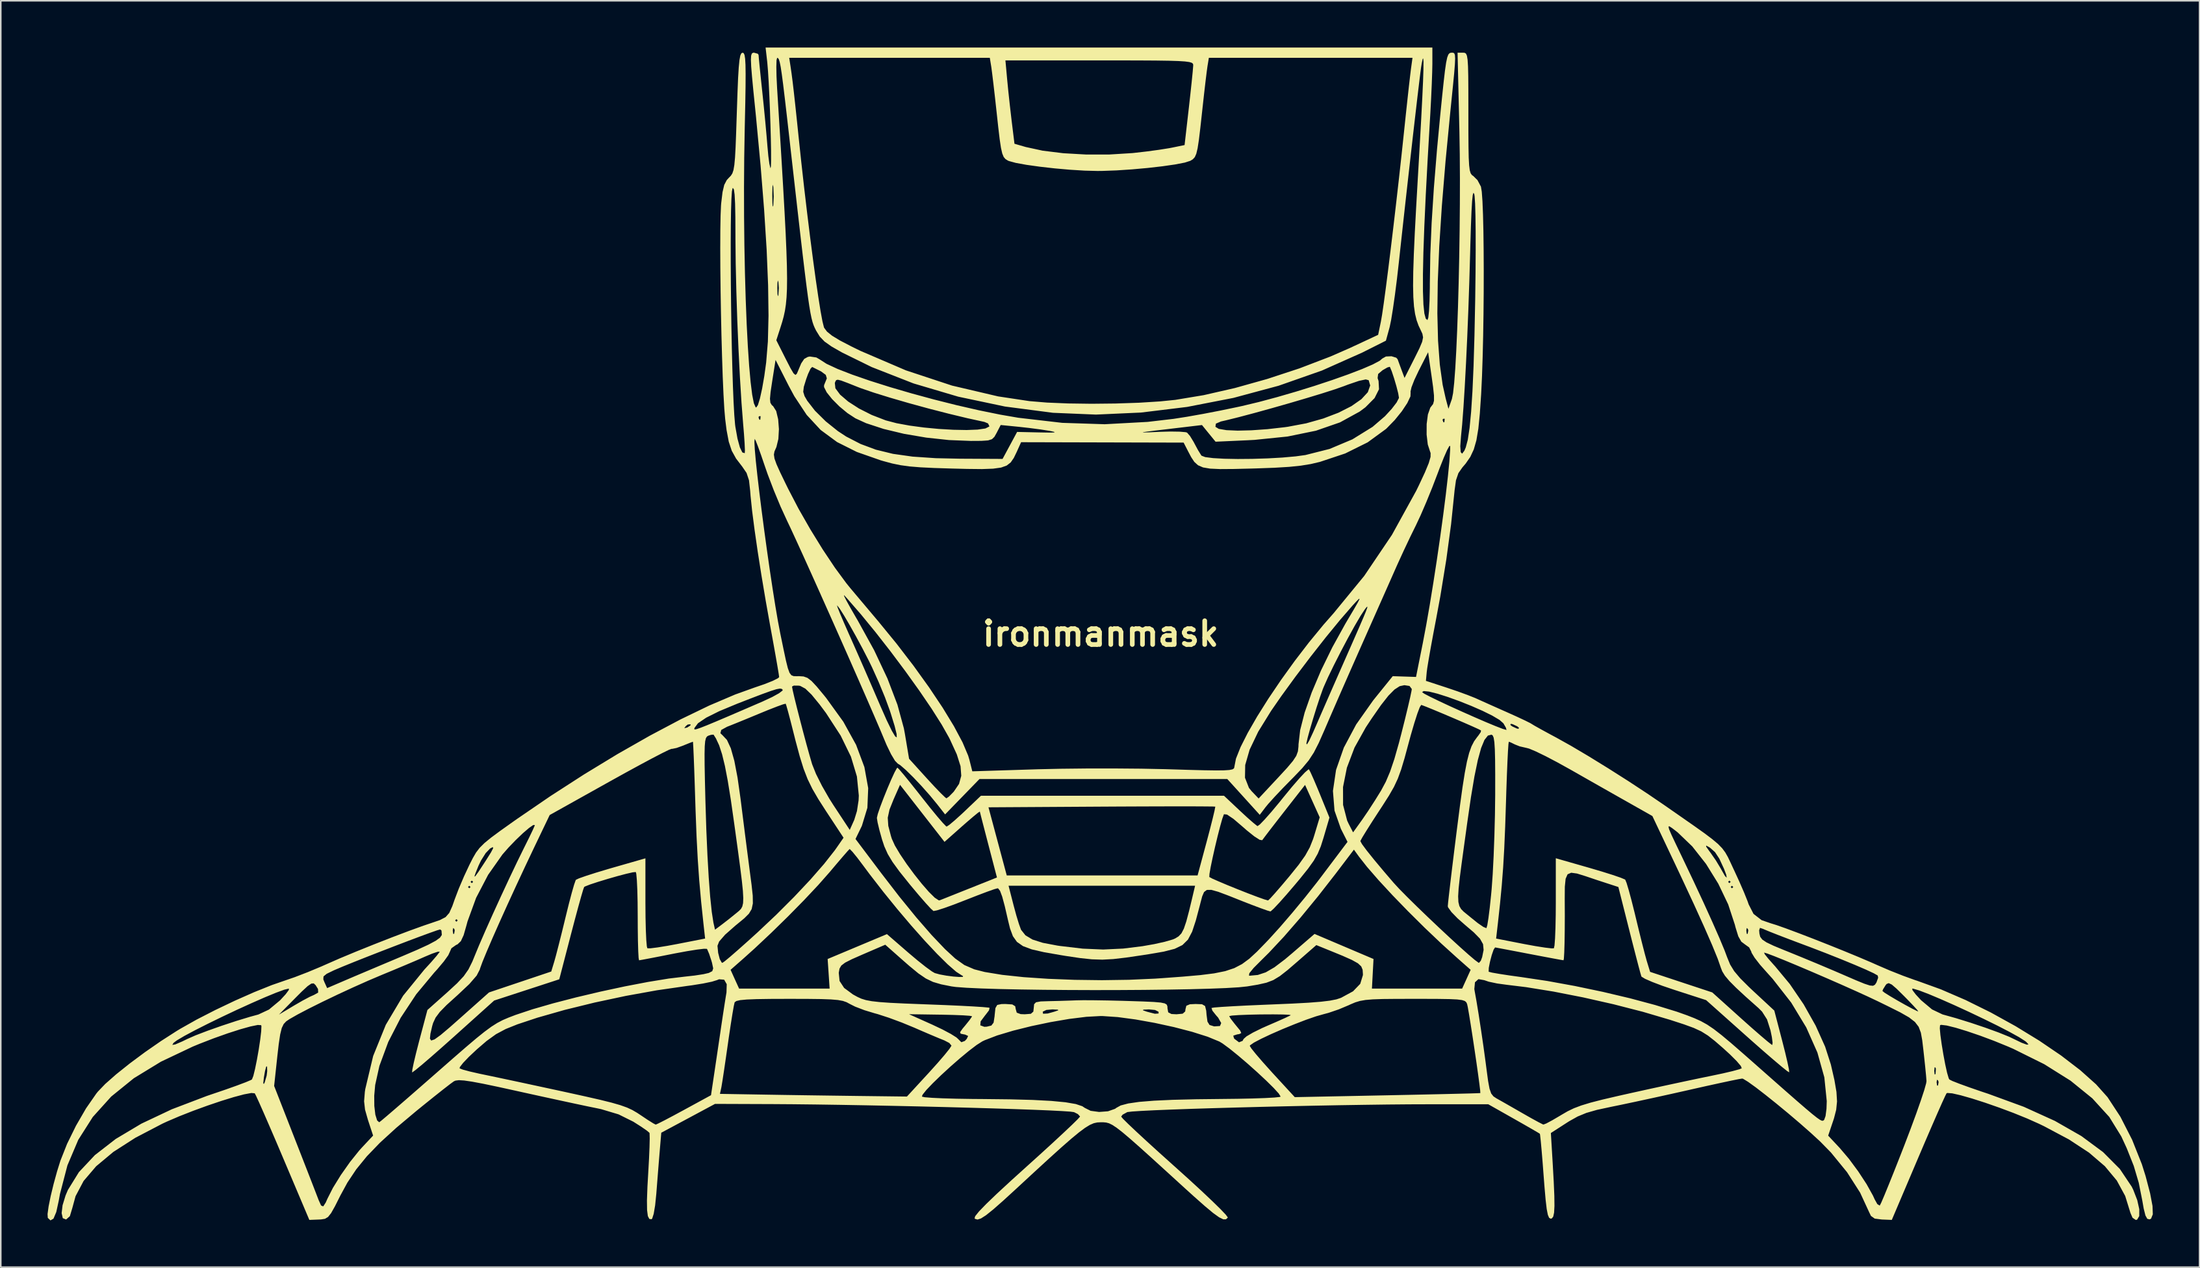
<source format=kicad_pcb>
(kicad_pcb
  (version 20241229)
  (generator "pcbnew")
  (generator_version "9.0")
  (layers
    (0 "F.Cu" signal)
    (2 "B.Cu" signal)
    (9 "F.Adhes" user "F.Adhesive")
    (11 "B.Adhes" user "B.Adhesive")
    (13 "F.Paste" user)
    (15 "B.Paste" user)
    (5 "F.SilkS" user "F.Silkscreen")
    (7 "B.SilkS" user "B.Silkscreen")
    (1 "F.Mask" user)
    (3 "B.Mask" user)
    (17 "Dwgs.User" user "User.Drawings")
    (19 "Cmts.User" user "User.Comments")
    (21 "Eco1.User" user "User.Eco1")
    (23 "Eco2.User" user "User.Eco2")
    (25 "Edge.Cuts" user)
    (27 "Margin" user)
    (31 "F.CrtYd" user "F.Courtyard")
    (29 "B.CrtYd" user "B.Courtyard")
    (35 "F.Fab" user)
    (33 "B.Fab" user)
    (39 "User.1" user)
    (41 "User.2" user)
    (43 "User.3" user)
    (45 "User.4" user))
  (footprint "ironmanmask"
    (layer "F.Cu")
    (at 67.538 37.605)
    (property "Reference" "ironmanmask" (at 0 0 0) (layer "F.SilkS") (effects (font (size 1.524 1.524) (thickness 0.3))))
    (attr board_only exclude_from_pos_files exclude_from_bom)
    (fp_poly (pts (xy -12.905 8.715) (xy -12.615 9.056) (xy -12.201 9.565) (xy -11.698 10.197) (xy -11.473 10.484) (xy -10.942 11.153) (xy -10.479 11.717) (xy -10.122 12.131) (xy -9.912 12.349) (xy -9.876 12.37) (xy -9.71 12.264) (xy -9.369 11.979) (xy -8.916 11.57) (xy -8.714 11.381) (xy -8.455 11.133) (xy -7.192 11.133) (xy -6.606 13.318) (xy -6.02 15.503) (xy 6.219 15.504) (xy 6.807 13.319) (xy 7.017 12.522) (xy 7.188 11.848) (xy 7.304 11.358) (xy 7.352 11.109) (xy 7.351 11.09) (xy 7.183 11.082) (xy 6.718 11.077) (xy 5.991 11.073) (xy 5.034 11.072) (xy 3.882 11.074) (xy 2.567 11.078) (xy 1.125 11.084) (xy 0.058 11.09) (xy -7.192 11.133) (xy -8.455 11.133) (xy -7.675 10.391) (xy 7.912 10.391) (xy 8.919 11.339) (xy 9.397 11.781) (xy 9.789 12.126) (xy 10.03 12.319) (xy 10.065 12.339) (xy 10.211 12.235) (xy 10.521 11.915) (xy 10.955 11.423) (xy 11.474 10.801) (xy 11.731 10.482) (xy 12.272 9.823) (xy 12.743 9.28) (xy 13.105 8.894) (xy 13.322 8.706) (xy 13.363 8.699) (xy 13.467 8.898) (xy 13.661 9.329) (xy 13.912 9.92) (xy 14.072 10.308) (xy 14.676 11.793) (xy 14.298 13.08) (xy 14.12 13.64) (xy 13.925 14.108) (xy 13.668 14.56) (xy 13.303 15.071) (xy 12.785 15.716) (xy 12.472 16.09) (xy 11.934 16.719) (xy 11.467 17.245) (xy 11.112 17.622) (xy 10.912 17.804) (xy 10.89 17.813) (xy 10.69 17.755) (xy 10.254 17.6) (xy 9.65 17.372) (xy 9.117 17.164) (xy 8.202 16.8) (xy 7.545 16.553) (xy 7.099 16.429) (xy 6.812 16.433) (xy 6.634 16.569) (xy 6.516 16.842) (xy 6.406 17.257) (xy 6.362 17.431) (xy 6.105 18.397) (xy 5.87 19.111) (xy 5.602 19.62) (xy 5.246 19.971) (xy 4.748 20.212) (xy 4.053 20.39) (xy 3.106 20.553) (xy 2.694 20.617) (xy 1.642 20.772) (xy 0.815 20.868) (xy 0.112 20.906) (xy -0.566 20.884) (xy -1.321 20.804) (xy -2.252 20.665) (xy -2.556 20.615) (xy -3.625 20.429) (xy -4.416 20.247) (xy -4.98 20.037) (xy -5.367 19.766) (xy -5.626 19.401) (xy -5.809 18.908) (xy -5.936 18.39) (xy -6.145 17.483) (xy -6.312 16.863) (xy -6.45 16.494) (xy -6.57 16.339) (xy -6.612 16.329) (xy -6.821 16.387) (xy -7.271 16.546) (xy -7.896 16.782) (xy -8.631 17.07) (xy -8.667 17.084) (xy -9.405 17.37) (xy -10.035 17.597) (xy -10.494 17.743) (xy -10.716 17.786) (xy -10.72 17.785) (xy -10.88 17.644) (xy -11.203 17.294) (xy -11.646 16.786) (xy -12.164 16.168) (xy -12.285 16.021) (xy -12.905 15.247) (xy -13.346 14.64) (xy -13.653 14.128) (xy -13.873 13.636) (xy -14.018 13.199) (xy -14.185 12.602) (xy -14.304 12.104) (xy -14.349 11.813) (xy -14.349 11.813) (xy -14.347 11.801) (xy -13.652 11.801) (xy -13.618 12.323) (xy -13.445 12.982) (xy -13.391 13.152) (xy -13.196 13.583) (xy -12.863 14.141) (xy -12.437 14.773) (xy -11.958 15.423) (xy -11.471 16.036) (xy -11.017 16.557) (xy -10.64 16.93) (xy -10.383 17.1) (xy -10.327 17.101) (xy -10.101 17.012) (xy -9.64 16.828) (xy -9.013 16.578) (xy -8.389 16.329) (xy -7.974 16.164) (xy -5.904 16.164) (xy -5.578 17.435) (xy -5.403 18.079) (xy -5.237 18.623) (xy -5.111 18.968) (xy -5.094 19.002) (xy -4.819 19.347) (xy -4.374 19.614) (xy -3.711 19.826) (xy -2.776 20.003) (xy -2.62 20.026) (xy -1.146 20.2) (xy 0.163 20.256) (xy 1.45 20.195) (xy 2.681 20.043) (xy 3.433 19.911) (xy 4.112 19.76) (xy 4.618 19.614) (xy 4.778 19.548) (xy 5.004 19.408) (xy 5.183 19.217) (xy 5.338 18.919) (xy 5.494 18.458) (xy 5.675 17.776) (xy 5.855 17.03) (xy 6.059 16.164) (xy -5.904 16.164) (xy -7.974 16.164) (xy -6.648 15.634) (xy -6.657 15.601) (xy 6.97 15.601) (xy 6.972 15.604) (xy 7.162 15.707) (xy 7.58 15.892) (xy 8.151 16.132) (xy 8.802 16.396) (xy 9.459 16.655) (xy 10.049 16.879) (xy 10.497 17.039) (xy 10.729 17.106) (xy 10.743 17.106) (xy 10.884 16.973) (xy 11.189 16.635) (xy 11.613 16.145) (xy 12.109 15.556) (xy 12.705 14.816) (xy 13.123 14.227) (xy 13.414 13.704) (xy 13.63 13.162) (xy 13.71 12.909) (xy 14.051 11.777) (xy 13.112 9.697) (xy 11.793 11.385) (xy 11.289 12.032) (xy 10.856 12.592) (xy 10.537 13.01) (xy 10.373 13.231) (xy 10.365 13.244) (xy 10.201 13.218) (xy 9.854 12.996) (xy 9.374 12.611) (xy 9.133 12.399) (xy 8.515 11.872) (xy 8.107 11.598) (xy 7.912 11.577) (xy 7.904 11.589) (xy 7.805 11.862) (xy 7.667 12.351) (xy 7.505 12.982) (xy 7.338 13.678) (xy 7.184 14.363) (xy 7.059 14.963) (xy 6.982 15.401) (xy 6.97 15.601) (xy -6.657 15.601) (xy -7.194 13.548) (xy -7.397 12.768) (xy -7.567 12.112) (xy -7.688 11.64) (xy -7.744 11.415) (xy -7.746 11.405) (xy -7.862 11.48) (xy -8.169 11.731) (xy -8.613 12.112) (xy -8.882 12.348) (xy -10.012 13.35) (xy -11.439 11.52) (xy -12.865 9.691) (xy -13.277 10.623) (xy -13.54 11.28) (xy -13.652 11.801) (xy -14.347 11.801) (xy -14.292 11.562) (xy -14.139 11.114) (xy -13.924 10.547) (xy -13.678 9.937) (xy -13.433 9.362) (xy -13.22 8.9) (xy -13.072 8.629) (xy -13.03 8.589)) (stroke (width 0) (type solid)) (fill yes) (layer "F.SilkS"))
    (fp_poly (pts (xy 21.277 -36.572) (xy 21.266 -36.031) (xy 21.238 -35.253) (xy 21.196 -34.326) (xy 21.144 -33.341) (xy 21.123 -32.984) (xy 20.972 -30.384) (xy 20.851 -28.103) (xy 20.761 -26.13) (xy 20.701 -24.455) (xy 20.672 -23.07) (xy 20.673 -21.963) (xy 20.703 -21.124) (xy 20.764 -20.545) (xy 20.854 -20.215) (xy 20.96 -20.122) (xy 21.016 -20.278) (xy 21.062 -20.709) (xy 21.096 -21.359) (xy 21.114 -22.175) (xy 21.115 -22.472) (xy 21.145 -24.332) (xy 21.23 -26.359) (xy 21.373 -28.597) (xy 21.576 -31.085) (xy 21.771 -33.152) (xy 21.898 -34.421) (xy 22.001 -35.399) (xy 22.085 -36.124) (xy 22.159 -36.634) (xy 22.229 -36.966) (xy 22.302 -37.158) (xy 22.384 -37.249) (xy 22.483 -37.274) (xy 22.517 -37.275) (xy 22.612 -37.272) (xy 22.681 -37.234) (xy 22.723 -37.124) (xy 22.737 -36.901) (xy 22.721 -36.527) (xy 22.676 -35.961) (xy 22.599 -35.165) (xy 22.491 -34.099) (xy 22.428 -33.482) (xy 22.121 -30.306) (xy 21.885 -27.44) (xy 21.719 -24.869) (xy 21.623 -22.579) (xy 21.597 -20.559) (xy 21.641 -18.793) (xy 21.754 -17.269) (xy 21.936 -15.973) (xy 22.132 -15.092) (xy 22.308 -14.432) (xy 22.53 -15.063) (xy 22.605 -15.437) (xy 22.677 -16.103) (xy 22.746 -17.026) (xy 22.81 -18.168) (xy 22.868 -19.492) (xy 22.92 -20.962) (xy 22.964 -22.54) (xy 23 -24.189) (xy 23.025 -25.873) (xy 23.04 -27.555) (xy 23.044 -29.197) (xy 23.034 -30.763) (xy 23.011 -32.217) (xy 23.008 -32.369) (xy 22.893 -37.275) (xy 23.239 -37.275) (xy 23.349 -37.267) (xy 23.433 -37.215) (xy 23.494 -37.08) (xy 23.536 -36.822) (xy 23.563 -36.404) (xy 23.578 -35.785) (xy 23.584 -34.925) (xy 23.586 -33.787) (xy 23.586 -33.405) (xy 23.587 -32.174) (xy 23.594 -31.232) (xy 23.608 -30.538) (xy 23.635 -30.052) (xy 23.675 -29.731) (xy 23.734 -29.536) (xy 23.813 -29.425) (xy 23.898 -29.368) (xy 24.17 -29.1) (xy 24.39 -28.686) (xy 24.393 -28.678) (xy 24.446 -28.354) (xy 24.49 -27.745) (xy 24.524 -26.892) (xy 24.55 -25.84) (xy 24.565 -24.632) (xy 24.572 -23.311) (xy 24.569 -21.92) (xy 24.556 -20.504) (xy 24.534 -19.105) (xy 24.502 -17.767) (xy 24.461 -16.533) (xy 24.409 -15.446) (xy 24.404 -15.354) (xy 24.321 -14.117) (xy 24.225 -13.153) (xy 24.1 -12.407) (xy 23.933 -11.824) (xy 23.71 -11.346) (xy 23.415 -10.919) (xy 23.201 -10.668) (xy 22.947 -10.304) (xy 22.791 -9.845) (xy 22.699 -9.18) (xy 22.692 -9.101) (xy 22.478 -7.028) (xy 22.171 -4.76) (xy 21.789 -2.413) (xy 21.525 -0.99) (xy 21.339 -0.013) (xy 21.173 0.889) (xy 21.039 1.65) (xy 20.948 2.206) (xy 20.915 2.459) (xy 20.864 3.022) (xy 22.194 3.457) (xy 22.893 3.694) (xy 23.542 3.931) (xy 24.022 4.122) (xy 24.091 4.153) (xy 24.501 4.338) (xy 25.106 4.609) (xy 25.798 4.917) (xy 26.06 5.033) (xy 26.693 5.318) (xy 27.217 5.563) (xy 27.554 5.731) (xy 27.627 5.775) (xy 27.836 5.902) (xy 28.265 6.142) (xy 28.841 6.456) (xy 29.222 6.66) (xy 30.168 7.188) (xy 31.303 7.86) (xy 32.551 8.629) (xy 33.835 9.445) (xy 35.077 10.261) (xy 36.127 10.976) (xy 37.222 11.738) (xy 38.083 12.339) (xy 38.745 12.81) (xy 39.239 13.184) (xy 39.602 13.49) (xy 39.865 13.762) (xy 40.064 14.03) (xy 40.232 14.326) (xy 40.402 14.682) (xy 40.609 15.129) (xy 40.631 15.174) (xy 40.966 15.903) (xy 41.265 16.591) (xy 41.486 17.141) (xy 41.565 17.365) (xy 41.875 17.971) (xy 42.393 18.372) (xy 42.966 18.57) (xy 43.347 18.688) (xy 43.972 18.909) (xy 44.779 19.21) (xy 45.706 19.567) (xy 46.693 19.956) (xy 47.678 20.352) (xy 48.6 20.733) (xy 49.399 21.073) (xy 49.81 21.255) (xy 50.61 21.6) (xy 51.468 21.94) (xy 52.225 22.214) (xy 52.367 22.26) (xy 53.881 22.807) (xy 55.47 23.494) (xy 57.086 24.292) (xy 58.678 25.172) (xy 60.199 26.103) (xy 61.6 27.055) (xy 62.831 27.999) (xy 63.844 28.904) (xy 64.582 29.73) (xy 65.405 30.987) (xy 66.156 32.459) (xy 66.781 34.031) (xy 67.023 34.801) (xy 67.31 35.896) (xy 67.463 36.705) (xy 67.483 37.242) (xy 67.37 37.521) (xy 67.276 37.567) (xy 67.128 37.531) (xy 67.009 37.316) (xy 66.897 36.868) (xy 66.808 36.359) (xy 66.58 35.215) (xy 66.262 34.141) (xy 65.812 33.007) (xy 65.461 32.245) (xy 64.69 30.996) (xy 63.603 29.803) (xy 62.209 28.672) (xy 60.519 27.612) (xy 58.543 26.632) (xy 58.195 26.48) (xy 57.308 26.118) (xy 56.415 25.784) (xy 55.573 25.497) (xy 54.838 25.273) (xy 54.267 25.131) (xy 53.915 25.088) (xy 53.838 25.11) (xy 53.821 25.308) (xy 53.86 25.742) (xy 53.941 26.33) (xy 54.049 26.985) (xy 54.169 27.624) (xy 54.288 28.161) (xy 54.391 28.511) (xy 54.433 28.592) (xy 54.627 28.69) (xy 55.078 28.867) (xy 55.726 29.102) (xy 56.514 29.374) (xy 56.927 29.511) (xy 59.21 30.346) (xy 61.203 31.251) (xy 62.898 32.22) (xy 64.289 33.249) (xy 65.369 34.334) (xy 66.13 35.469) (xy 66.228 35.669) (xy 66.484 36.331) (xy 66.614 36.914) (xy 66.613 37.354) (xy 66.476 37.585) (xy 66.39 37.605) (xy 66.182 37.463) (xy 66.048 37.152) (xy 65.711 36.065) (xy 65.172 35.075) (xy 64.406 34.155) (xy 63.39 33.284) (xy 62.098 32.437) (xy 60.507 31.591) (xy 60.173 31.43) (xy 59.406 31.088) (xy 58.539 30.737) (xy 57.626 30.396) (xy 56.723 30.081) (xy 55.884 29.812) (xy 55.165 29.607) (xy 54.62 29.483) (xy 54.304 29.458) (xy 54.255 29.479) (xy 54.163 29.66) (xy 53.96 30.102) (xy 53.666 30.766) (xy 53.298 31.61) (xy 52.874 32.593) (xy 52.443 33.603) (xy 50.743 37.601) (xy 50.097 37.575) (xy 49.646 37.517) (xy 49.405 37.345) (xy 49.298 37.124) (xy 48.71 35.851) (xy 47.871 34.54) (xy 46.837 33.274) (xy 46.152 32.575) (xy 45.547 32.018) (xy 44.847 31.402) (xy 44.097 30.764) (xy 43.343 30.142) (xy 42.632 29.573) (xy 42.01 29.093) (xy 41.522 28.742) (xy 41.215 28.554) (xy 41.15 28.534) (xy 40.932 28.569) (xy 40.446 28.667) (xy 39.743 28.817) (xy 38.876 29.007) (xy 37.897 29.227) (xy 37.75 29.261) (xy 36.613 29.516) (xy 35.442 29.774) (xy 34.329 30.015) (xy 33.366 30.219) (xy 32.74 30.347) (xy 31.834 30.542) (xy 31.153 30.737) (xy 30.593 30.968) (xy 30.05 31.272) (xy 29.901 31.367) (xy 28.877 32.027) (xy 28.993 33.95) (xy 29.06 35.146) (xy 29.099 36.05) (xy 29.107 36.7) (xy 29.084 37.135) (xy 29.028 37.391) (xy 28.938 37.506) (xy 28.864 37.523) (xy 28.765 37.468) (xy 28.683 37.274) (xy 28.61 36.901) (xy 28.54 36.305) (xy 28.465 35.446) (xy 28.417 34.822) (xy 28.348 33.917) (xy 28.283 33.135) (xy 28.228 32.532) (xy 28.187 32.163) (xy 28.17 32.074) (xy 28.016 31.979) (xy 27.633 31.756) (xy 27.082 31.44) (xy 26.492 31.105) (xy 24.863 30.183) (xy 21.049 30.183) (xy 19.805 30.187) (xy 18.407 30.199) (xy 16.888 30.219) (xy 15.283 30.244) (xy 13.626 30.275) (xy 11.951 30.311) (xy 10.293 30.35) (xy 8.685 30.392) (xy 7.162 30.435) (xy 5.759 30.479) (xy 4.508 30.524) (xy 3.445 30.567) (xy 2.603 30.609) (xy 2.018 30.648) (xy 1.722 30.683) (xy 1.704 30.689) (xy 1.412 30.849) (xy 1.319 30.975) (xy 1.438 31.117) (xy 1.772 31.448) (xy 2.291 31.939) (xy 2.964 32.561) (xy 3.759 33.285) (xy 4.645 34.081) (xy 4.786 34.207) (xy 5.678 35.011) (xy 6.479 35.748) (xy 7.157 36.389) (xy 7.684 36.904) (xy 8.027 37.265) (xy 8.158 37.443) (xy 8.157 37.452) (xy 8.042 37.562) (xy 7.868 37.564) (xy 7.603 37.436) (xy 7.216 37.158) (xy 6.674 36.706) (xy 5.945 36.06) (xy 5.421 35.585) (xy 4.235 34.503) (xy 3.267 33.622) (xy 2.49 32.922) (xy 1.877 32.382) (xy 1.403 31.981) (xy 1.04 31.699) (xy 0.763 31.514) (xy 0.546 31.406) (xy 0.361 31.355) (xy 0.182 31.339) (xy 0.005 31.338) (xy -0.215 31.349) (xy -0.438 31.398) (xy -0.688 31.506) (xy -0.993 31.692) (xy -1.38 31.98) (xy -1.875 32.388) (xy -2.505 32.939) (xy -3.296 33.653) (xy -4.276 34.552) (xy -5.42 35.61) (xy -6.254 36.373) (xy -6.885 36.928) (xy -7.347 37.299) (xy -7.673 37.508) (xy -7.895 37.579) (xy -8.048 37.535) (xy -8.084 37.504) (xy -8.045 37.363) (xy -7.799 37.057) (xy -7.335 36.577) (xy -6.645 35.914) (xy -5.717 35.057) (xy -4.788 34.217) (xy -3.892 33.408) (xy -3.082 32.668) (xy -2.389 32.025) (xy -1.844 31.51) (xy -1.478 31.151) (xy -1.323 30.977) (xy -1.319 30.968) (xy -1.455 30.815) (xy -1.704 30.688) (xy -1.944 30.655) (xy -2.48 30.619) (xy -3.278 30.578) (xy -4.305 30.536) (xy -5.527 30.492) (xy -6.911 30.448) (xy -8.422 30.404) (xy -10.028 30.361) (xy -11.695 30.32) (xy -13.388 30.283) (xy -15.074 30.249) (xy -16.72 30.22) (xy -18.292 30.197) (xy -19.756 30.181) (xy -21.078 30.172) (xy -21.148 30.172) (xy -24.73 30.159) (xy -26.453 31.084) (xy -28.177 32.008) (xy -28.278 33.199) (xy -28.339 33.939) (xy -28.411 34.841) (xy -28.481 35.737) (xy -28.497 35.943) (xy -28.571 36.667) (xy -28.663 37.212) (xy -28.761 37.517) (xy -28.801 37.557) (xy -28.943 37.54) (xy -29.038 37.355) (xy -29.088 36.969) (xy -29.096 36.349) (xy -29.064 35.462) (xy -29.011 34.542) (xy -28.963 33.682) (xy -28.932 32.94) (xy -28.919 32.379) (xy -28.927 32.059) (xy -28.937 32.012) (xy -29.107 31.869) (xy -29.48 31.612) (xy -29.969 31.301) (xy -30.915 30.831) (xy -32.035 30.496) (xy -32.327 30.434) (xy -32.91 30.315) (xy -33.743 30.138) (xy -34.758 29.919) (xy -35.883 29.674) (xy -37.048 29.418) (xy -37.44 29.331) (xy -38.666 29.062) (xy -39.611 28.864) (xy -40.315 28.732) (xy -40.817 28.659) (xy -41.157 28.638) (xy -41.374 28.665) (xy -41.476 28.709) (xy -41.711 28.879) (xy -42.149 29.219) (xy -42.74 29.687) (xy -43.431 30.243) (xy -43.894 30.619) (xy -45.175 31.695) (xy -46.216 32.646) (xy -47.057 33.518) (xy -47.74 34.356) (xy -48.307 35.207) (xy -48.764 36.047) (xy -49.105 36.726) (xy -49.351 37.163) (xy -49.548 37.413) (xy -49.746 37.531) (xy -49.994 37.57) (xy -50.13 37.577) (xy -50.749 37.601) (xy -52.442 33.603) (xy -52.899 32.528) (xy -53.319 31.553) (xy -53.682 30.719) (xy -53.971 30.067) (xy -54.167 29.64) (xy -54.251 29.479) (xy -54.468 29.46) (xy -54.935 29.547) (xy -55.597 29.723) (xy -56.398 29.97) (xy -57.285 30.27) (xy -58.201 30.604) (xy -59.092 30.954) (xy -59.903 31.302) (xy -60.18 31.431) (xy -61.909 32.334) (xy -63.319 33.24) (xy -64.421 34.16) (xy -65.226 35.103) (xy -65.743 36.081) (xy -65.948 36.833) (xy -66.107 37.363) (xy -66.349 37.575) (xy -66.561 37.49) (xy -66.635 37.166) (xy -66.575 36.662) (xy -66.385 36.038) (xy -66.232 35.676) (xy -65.528 34.537) (xy -64.504 33.446) (xy -63.166 32.408) (xy -61.519 31.426) (xy -59.572 30.506) (xy -57.328 29.651) (xy -56.964 29.527) (xy -56.122 29.241) (xy -55.467 29.008) (xy -53.006 29.008) (xy -51.664 32.441) (xy -51.264 33.464) (xy -50.896 34.408) (xy -50.58 35.22) (xy -50.336 35.85) (xy -50.184 36.245) (xy -50.153 36.327) (xy -49.994 36.679) (xy -49.858 36.734) (xy -49.696 36.485) (xy -49.59 36.244) (xy -49.237 35.547) (xy -48.73 34.725) (xy -48.142 33.889) (xy -47.551 33.152) (xy -47.38 32.962) (xy -46.659 32.192) (xy -46.989 31.188) (xy -47.176 30.53) (xy -47.237 29.991) (xy -47.208 29.633) (xy -46.587 29.633) (xy -46.581 30.293) (xy -46.516 30.849) (xy -46.4 31.222) (xy -46.266 31.338) (xy -46.131 31.233) (xy -45.78 30.937) (xy -45.245 30.478) (xy -44.556 29.881) (xy -43.745 29.174) (xy -42.843 28.385) (xy -42.59 28.163) (xy -42.267 27.88) (xy -41.113 27.88) (xy -40.903 27.961) (xy -40.452 28.082) (xy -39.842 28.221) (xy -39.584 28.275) (xy -39.011 28.394) (xy -38.184 28.569) (xy -37.17 28.785) (xy -36.038 29.029) (xy -34.855 29.284) (xy -34.306 29.403) (xy -33.066 29.676) (xy -32.101 29.896) (xy -31.363 30.079) (xy -30.804 30.24) (xy -30.376 30.393) (xy -30.031 30.553) (xy -29.721 30.735) (xy -29.523 30.866) (xy -29.052 31.181) (xy -28.696 31.404) (xy -28.534 31.488) (xy -28.365 31.414) (xy -27.967 31.212) (xy -27.399 30.912) (xy -26.721 30.546) (xy -26.719 30.545) (xy -25.154 29.692) (xy -11.461 29.692) (xy -11.278 29.732) (xy -10.813 29.769) (xy -10.114 29.802) (xy -9.228 29.827) (xy -8.202 29.843) (xy -7.611 29.847) (xy -5.823 29.866) (xy -4.346 29.905) (xy -3.161 29.968) (xy -2.25 30.055) (xy -1.593 30.168) (xy -1.172 30.309) (xy -1.017 30.414) (xy -0.64 30.603) (xy -0.096 30.676) (xy 0.474 30.633) (xy 0.926 30.475) (xy 1.009 30.413) (xy 1.288 30.259) (xy 1.768 30.132) (xy 2.471 30.03) (xy 3.418 29.953) (xy 4.632 29.897) (xy 6.134 29.861) (xy 7.676 29.844) (xy 8.766 29.832) (xy 9.737 29.812) (xy 10.544 29.784) (xy 11.141 29.751) (xy 11.482 29.715) (xy 11.545 29.691) (xy 11.426 29.496) (xy 11.103 29.141) (xy 10.628 28.672) (xy 10.055 28.137) (xy 9.436 27.584) (xy 8.822 27.06) (xy 8.268 26.611) (xy 8.03 26.437) (xy 9.566 26.437) (xy 9.672 26.607) (xy 9.961 26.967) (xy 10.392 27.468) (xy 10.921 28.058) (xy 11.009 28.155) (xy 12.453 29.726) (xy 18.39 29.607) (xy 19.754 29.579) (xy 21.009 29.552) (xy 22.118 29.527) (xy 23.043 29.505) (xy 23.749 29.487) (xy 24.198 29.473) (xy 24.353 29.465) (xy 24.344 29.298) (xy 24.292 28.87) (xy 24.208 28.245) (xy 24.101 27.488) (xy 23.979 26.661) (xy 23.854 25.83) (xy 23.734 25.06) (xy 23.629 24.413) (xy 23.549 23.955) (xy 23.507 23.762) (xy 23.457 23.646) (xy 23.363 23.56) (xy 23.18 23.499) (xy 22.865 23.459) (xy 22.373 23.436) (xy 21.662 23.425) (xy 20.686 23.421) (xy 20.086 23.421) (xy 18.953 23.423) (xy 18.095 23.431) (xy 17.459 23.453) (xy 16.99 23.492) (xy 16.634 23.554) (xy 16.336 23.644) (xy 16.042 23.767) (xy 15.913 23.827) (xy 15.276 24.095) (xy 14.618 24.319) (xy 14.323 24.398) (xy 13.821 24.54) (xy 13.168 24.766) (xy 12.427 25.051) (xy 11.66 25.365) (xy 10.93 25.684) (xy 10.3 25.981) (xy 9.832 26.227) (xy 9.587 26.398) (xy 9.566 26.437) (xy 8.03 26.437) (xy 7.826 26.286) (xy 7.621 26.162) (xy 6.867 25.851) (xy 5.868 25.535) (xy 4.708 25.233) (xy 3.47 24.963) (xy 2.239 24.742) (xy 1.099 24.59) (xy 0.134 24.524) (xy 0 24.522) (xy -0.912 24.572) (xy -2.012 24.708) (xy -3.217 24.914) (xy -4.444 25.171) (xy -5.611 25.462) (xy -6.636 25.769) (xy -7.434 26.075) (xy -7.587 26.148) (xy -7.952 26.38) (xy -8.449 26.759) (xy -9.029 27.239) (xy -9.64 27.774) (xy -10.235 28.321) (xy -10.762 28.832) (xy -11.174 29.263) (xy -11.418 29.568) (xy -11.461 29.692) (xy -25.154 29.692) (xy -24.988 29.601) (xy -24.975 29.516) (xy -24.415 29.516) (xy -21.485 29.565) (xy -20.257 29.585) (xy -18.842 29.606) (xy -17.384 29.626) (xy -16.025 29.644) (xy -15.489 29.651) (xy -12.422 29.688) (xy -10.994 28.136) (xy -10.456 27.538) (xy -10.01 27.021) (xy -9.7 26.634) (xy -9.568 26.43) (xy -9.566 26.42) (xy -9.704 26.252) (xy -10.02 26.087) (xy -10.368 25.947) (xy -10.924 25.713) (xy -11.595 25.425) (xy -11.958 25.266) (xy -12.75 24.94) (xy -13.575 24.634) (xy -14.278 24.406) (xy -12.288 24.406) (xy -10.803 25.072) (xy -10.15 25.381) (xy -9.607 25.67) (xy -9.249 25.895) (xy -9.155 25.981) (xy -8.932 26.203) (xy -8.708 26.121) (xy -8.587 25.99) (xy -8.497 25.802) (xy -8.688 25.713) (xy -8.757 25.701) (xy -8.979 25.655) (xy -9.012 25.556) (xy -8.849 25.325) (xy -8.684 25.129) (xy -8.411 24.789) (xy -8.258 24.568) (xy -8.247 24.537) (xy -8.401 24.507) (xy -8.822 24.477) (xy -9.447 24.453) (xy -10.213 24.435) (xy -10.267 24.435) (xy -12.288 24.406) (xy -14.278 24.406) (xy -14.293 24.401) (xy -14.501 24.344) (xy -15.148 24.148) (xy -15.745 23.919) (xy -16.087 23.747) (xy -16.292 23.636) (xy -16.529 23.553) (xy -16.849 23.495) (xy -17.299 23.457) (xy -17.93 23.434) (xy -18.79 23.424) (xy -19.927 23.421) (xy -20 23.421) (xy -21.177 23.425) (xy -22.062 23.438) (xy -22.695 23.463) (xy -23.114 23.502) (xy -23.358 23.559) (xy -23.466 23.635) (xy -23.474 23.652) (xy -23.528 23.891) (xy -23.615 24.393) (xy -23.726 25.093) (xy -23.851 25.929) (xy -23.908 26.332) (xy -24.036 27.222) (xy -24.153 28.02) (xy -24.25 28.656) (xy -24.317 29.062) (xy -24.334 29.148) (xy -24.415 29.516) (xy -24.975 29.516) (xy -24.791 28.284) (xy -24.677 27.517) (xy -24.538 26.579) (xy -24.397 25.627) (xy -24.34 25.235) (xy -24.224 24.46) (xy -24.116 23.757) (xy -24.031 23.223) (xy -23.995 23.008) (xy -23.979 22.481) (xy -24.144 22.191) (xy -24.47 22.165) (xy -24.606 22.219) (xy -24.934 22.32) (xy -25.495 22.436) (xy -26.191 22.548) (xy -26.555 22.597) (xy -28.455 22.871) (xy -30.45 23.231) (xy -32.452 23.658) (xy -34.373 24.13) (xy -36.126 24.63) (xy -37.404 25.055) (xy -38.157 25.357) (xy -38.774 25.686) (xy -39.375 26.119) (xy -40.004 26.66) (xy -40.509 27.134) (xy -40.888 27.53) (xy -41.095 27.797) (xy -41.113 27.88) (xy -42.267 27.88) (xy -41.543 27.245) (xy -40.706 26.518) (xy -40.041 25.954) (xy -39.51 25.527) (xy -39.075 25.207) (xy -38.7 24.969) (xy -38.345 24.783) (xy -37.974 24.624) (xy -37.55 24.462) (xy -37.507 24.446) (xy -36.434 24.089) (xy -35.118 23.709) (xy -33.639 23.326) (xy -32.077 22.957) (xy -30.513 22.621) (xy -29.027 22.336) (xy -27.699 22.119) (xy -26.674 21.996) (xy -26.029 21.924) (xy -25.475 21.839) (xy -25.13 21.759) (xy -25.126 21.757) (xy -24.908 21.646) (xy -24.878 21.558) (xy -23.732 21.558) (xy -23.46 22.16) (xy -23.187 22.761) (xy -17.38 22.761) (xy -17.443 21.813) (xy -17.447 21.754) (xy -16.794 21.754) (xy -16.742 22.274) (xy -16.45 22.72) (xy -15.882 23.139) (xy -15.586 23.301) (xy -15.341 23.412) (xy -15.055 23.5) (xy -14.684 23.57) (xy -14.18 23.627) (xy -13.498 23.675) (xy -12.59 23.719) (xy -11.41 23.765) (xy -11.065 23.778) (xy -9.97 23.82) (xy -8.989 23.864) (xy -8.168 23.907) (xy -7.554 23.947) (xy -7.194 23.981) (xy -7.12 23.998) (xy -7.161 24.161) (xy -7.375 24.442) (xy -7.394 24.463) (xy -7.695 24.865) (xy -7.716 25.12) (xy -7.459 25.214) (xy -7.298 25.205) (xy -7.008 25.134) (xy -6.864 24.946) (xy -6.801 24.541) (xy -6.794 24.452) (xy -6.747 24.013) (xy -6.631 23.811) (xy -6.353 23.754) (xy -6.093 23.751) (xy -5.665 23.779) (xy -5.478 23.894) (xy -5.443 24.081) (xy -5.378 24.308) (xy -5.126 24.4) (xy -4.866 24.41) (xy -4.475 24.38) (xy -4.321 24.245) (xy -3.711 24.245) (xy -3.692 24.376) (xy -3.393 24.361) (xy -2.969 24.245) (xy -2.712 24.155) (xy -2.712 24.154) (xy 2.711 24.154) (xy 2.966 24.244) (xy 2.969 24.245) (xy 3.477 24.376) (xy 3.719 24.361) (xy 3.711 24.245) (xy 3.49 24.135) (xy 3.098 24.097) (xy 3.083 24.097) (xy 2.743 24.114) (xy 2.711 24.154) (xy -2.712 24.154) (xy -2.741 24.115) (xy -3.079 24.097) (xy -3.083 24.097) (xy -3.478 24.132) (xy -3.708 24.241) (xy -3.711 24.245) (xy -4.321 24.245) (xy -4.315 24.241) (xy -4.288 23.998) (xy -4.265 23.765) (xy -4.143 23.64) (xy -3.843 23.586) (xy -3.34 23.569) (xy -2.622 23.552) (xy -1.877 23.528) (xy -1.567 23.516) (xy -1.105 23.507) (xy -0.397 23.511) (xy 0.472 23.524) (xy 1.419 23.547) (xy 1.773 23.558) (xy 2.732 23.589) (xy 3.409 23.62) (xy 3.855 23.658) (xy 4.117 23.713) (xy 4.244 23.794) (xy 4.285 23.91) (xy 4.288 24.024) (xy 4.336 24.286) (xy 4.544 24.393) (xy 4.866 24.41) (xy 5.263 24.373) (xy 5.424 24.229) (xy 5.443 24.081) (xy 5.499 23.863) (xy 5.726 23.768) (xy 6.093 23.751) (xy 6.504 23.767) (xy 6.699 23.88) (xy 6.773 24.181) (xy 6.794 24.439) (xy 6.853 24.882) (xy 6.986 25.096) (xy 7.262 25.181) (xy 7.298 25.186) (xy 7.655 25.163) (xy 7.734 24.971) (xy 7.536 24.624) (xy 7.451 24.528) (xy 8.247 24.528) (xy 8.343 24.694) (xy 8.585 25.008) (xy 8.684 25.129) (xy 8.954 25.459) (xy 9.02 25.616) (xy 8.894 25.679) (xy 8.757 25.701) (xy 8.51 25.78) (xy 8.551 25.944) (xy 8.587 25.99) (xy 8.877 26.208) (xy 9.105 26.116) (xy 9.171 25.992) (xy 9.354 25.829) (xy 9.771 25.584) (xy 10.349 25.299) (xy 10.692 25.147) (xy 11.32 24.875) (xy 11.826 24.649) (xy 12.137 24.501) (xy 12.199 24.465) (xy 12.076 24.44) (xy 11.682 24.423) (xy 11.078 24.416) (xy 10.325 24.42) (xy 10.261 24.42) (xy 9.49 24.437) (xy 8.855 24.462) (xy 8.42 24.493) (xy 8.247 24.526) (xy 8.247 24.528) (xy 7.451 24.528) (xy 7.394 24.463) (xy 7.169 24.179) (xy 7.111 24.008) (xy 7.114 24.004) (xy 7.294 23.975) (xy 7.757 23.938) (xy 8.455 23.896) (xy 9.34 23.85) (xy 10.365 23.805) (xy 10.977 23.78) (xy 12.299 23.724) (xy 13.332 23.668) (xy 14.12 23.606) (xy 14.703 23.536) (xy 15.124 23.453) (xy 15.419 23.355) (xy 16.19 22.936) (xy 16.329 22.791) (xy 23.968 22.791) (xy 23.99 22.926) (xy 24.102 23.546) (xy 24.242 24.4) (xy 24.395 25.393) (xy 24.547 26.431) (xy 24.683 27.421) (xy 24.75 27.937) (xy 24.851 28.691) (xy 24.943 29.187) (xy 25.05 29.493) (xy 25.196 29.678) (xy 25.383 29.802) (xy 25.725 29.994) (xy 26.253 30.295) (xy 26.87 30.649) (xy 27.049 30.752) (xy 27.62 31.077) (xy 28.081 31.329) (xy 28.358 31.469) (xy 28.401 31.484) (xy 28.587 31.413) (xy 28.973 31.206) (xy 29.481 30.908) (xy 29.555 30.863) (xy 29.951 30.633) (xy 30.356 30.438) (xy 30.827 30.26) (xy 31.419 30.08) (xy 32.188 29.882) (xy 33.188 29.649) (xy 33.977 29.472) (xy 35.136 29.216) (xy 36.322 28.959) (xy 37.449 28.717) (xy 38.428 28.51) (xy 39.172 28.357) (xy 39.912 28.201) (xy 40.532 28.056) (xy 40.96 27.939) (xy 41.12 27.875) (xy 41.059 27.725) (xy 40.792 27.412) (xy 40.363 26.984) (xy 39.939 26.596) (xy 39.39 26.12) (xy 38.945 25.772) (xy 38.523 25.508) (xy 38.038 25.284) (xy 37.409 25.055) (xy 36.551 24.776) (xy 36.507 24.762) (xy 34.78 24.252) (xy 32.898 23.768) (xy 30.957 23.329) (xy 29.053 22.955) (xy 27.282 22.669) (xy 26.06 22.52) (xy 25.436 22.435) (xy 24.897 22.321) (xy 24.606 22.223) (xy 24.233 22.155) (xy 24.009 22.357) (xy 23.968 22.791) (xy 16.329 22.791) (xy 16.651 22.457) (xy 16.822 21.899) (xy 16.823 21.829) (xy 16.804 21.555) (xy 16.714 21.338) (xy 16.503 21.141) (xy 16.121 20.927) (xy 15.52 20.659) (xy 14.876 20.395) (xy 13.835 19.972) (xy 12.643 21.012) (xy 11.99 21.575) (xy 11.495 21.962) (xy 11.072 22.218) (xy 10.633 22.385) (xy 10.089 22.508) (xy 9.398 22.623) (xy 8.86 22.679) (xy 8.039 22.728) (xy 6.979 22.769) (xy 5.72 22.803) (xy 4.304 22.828) (xy 2.773 22.846) (xy 1.169 22.856) (xy -0.467 22.859) (xy -2.092 22.853) (xy -3.664 22.84) (xy -5.143 22.819) (xy -6.486 22.791) (xy -7.652 22.754) (xy -8.598 22.71) (xy -9.283 22.659) (xy -9.566 22.621) (xy -10.228 22.489) (xy -10.747 22.336) (xy -11.207 22.116) (xy -11.69 21.786) (xy -12.28 21.299) (xy -12.72 20.914) (xy -13.811 19.948) (xy -15.276 20.579) (xy -15.955 20.878) (xy -16.387 21.098) (xy -16.631 21.284) (xy -16.746 21.482) (xy -16.792 21.736) (xy -16.794 21.754) (xy -17.447 21.754) (xy -17.507 20.864) (xy -13.704 19.268) (xy -12.336 20.455) (xy -11.746 20.952) (xy -11.218 21.372) (xy -10.818 21.662) (xy -10.638 21.766) (xy -10.313 21.855) (xy -9.891 21.932) (xy -9.451 21.989) (xy -9.072 22.017) (xy -8.836 22.01) (xy -8.821 21.959) (xy -8.873 21.934) (xy -9.261 21.684) (xy -9.813 21.203) (xy -10.497 20.526) (xy -11.284 19.688) (xy -12.14 18.724) (xy -13.035 17.668) (xy -13.937 16.556) (xy -14.815 15.423) (xy -15.246 14.844) (xy -15.618 14.352) (xy -15.914 13.989) (xy -16.083 13.817) (xy -16.101 13.811) (xy -16.228 13.945) (xy -16.521 14.281) (xy -16.936 14.766) (xy -17.382 15.295) (xy -18.111 16.121) (xy -19.023 17.091) (xy -20.051 18.137) (xy -21.126 19.188) (xy -22.179 20.178) (xy -22.876 20.805) (xy -23.732 21.558) (xy -24.878 21.558) (xy -24.847 21.467) (xy -24.922 21.112) (xy -24.964 20.967) (xy -25.107 20.534) (xy -25.228 20.251) (xy -25.254 20.213) (xy -25.443 20.208) (xy -25.89 20.261) (xy -26.533 20.364) (xy -27.307 20.507) (xy -27.434 20.532) (xy -28.222 20.688) (xy -28.887 20.817) (xy -29.366 20.907) (xy -29.594 20.946) (xy -29.603 20.947) (xy -29.631 20.791) (xy -29.655 20.359) (xy -29.674 19.704) (xy -29.685 18.88) (xy -29.688 18.153) (xy -29.695 17.227) (xy -29.714 16.423) (xy -29.744 15.794) (xy -29.78 15.397) (xy -29.812 15.284) (xy -30.003 15.303) (xy -30.425 15.399) (xy -30.993 15.549) (xy -31.624 15.73) (xy -32.234 15.916) (xy -32.741 16.083) (xy -33.061 16.208) (xy -33.123 16.245) (xy -33.187 16.421) (xy -33.318 16.865) (xy -33.502 17.526) (xy -33.724 18.35) (xy -33.959 19.244) (xy -34.719 22.166) (xy -36.807 22.848) (xy -38.895 23.529) (xy -41.495 25.865) (xy -42.267 26.553) (xy -42.953 27.155) (xy -43.518 27.64) (xy -43.925 27.975) (xy -44.137 28.131) (xy -44.159 28.138) (xy -44.143 27.963) (xy -44.055 27.534) (xy -43.907 26.913) (xy -43.715 26.163) (xy -43.7 26.105) (xy -43.664 25.972) (xy -43.014 25.972) (xy -42.934 26.095) (xy -42.716 26.021) (xy -42.332 25.744) (xy -41.755 25.257) (xy -41.136 24.71) (xy -39.224 23.008) (xy -37.229 22.338) (xy -35.234 21.668) (xy -35.037 21.019) (xy -34.925 20.616) (xy -34.759 19.974) (xy -34.558 19.177) (xy -34.345 18.305) (xy -34.306 18.143) (xy -34.104 17.325) (xy -33.919 16.622) (xy -33.768 16.097) (xy -33.668 15.812) (xy -33.651 15.783) (xy -33.456 15.691) (xy -33.004 15.532) (xy -32.358 15.325) (xy -31.581 15.092) (xy -31.362 15.028) (xy -29.194 14.406) (xy -29.194 17.254) (xy -29.187 18.189) (xy -29.168 19.003) (xy -29.139 19.643) (xy -29.103 20.052) (xy -29.07 20.177) (xy -28.867 20.178) (xy -28.412 20.121) (xy -27.777 20.018) (xy -27.773 20.017) (xy -24.573 20.017) (xy -24.529 20.47) (xy -24.427 20.869) (xy -24.299 21.095) (xy -24.258 21.112) (xy -24.105 21.006) (xy -23.751 20.712) (xy -23.237 20.265) (xy -22.605 19.702) (xy -21.993 19.147) (xy -20.797 18.02) (xy -19.657 16.88) (xy -18.621 15.779) (xy -17.738 14.768) (xy -17.054 13.899) (xy -16.933 13.728) (xy -16.487 13.085) (xy -17.618 11.367) (xy -18.106 10.606) (xy -18.486 9.953) (xy -18.79 9.329) (xy -19.051 8.656) (xy -19.3 7.854) (xy -19.57 6.847) (xy -19.716 6.268) (xy -19.896 5.56) (xy -20.049 4.983) (xy -20.157 4.603) (xy -20.198 4.487) (xy -20.361 4.526) (xy -20.762 4.671) (xy -21.338 4.896) (xy -21.875 5.117) (xy -22.599 5.417) (xy -23.254 5.685) (xy -23.752 5.886) (xy -23.957 5.966) (xy -24.33 6.17) (xy -24.386 6.38) (xy -24.243 6.516) (xy -23.965 6.811) (xy -23.717 7.346) (xy -23.493 8.144) (xy -23.286 9.227) (xy -23.094 10.58) (xy -22.956 11.677) (xy -22.809 12.84) (xy -22.667 13.949) (xy -22.545 14.889) (xy -22.512 15.147) (xy -22.386 16.106) (xy -22.311 16.801) (xy -22.303 17.299) (xy -22.38 17.663) (xy -22.557 17.958) (xy -22.851 18.251) (xy -23.279 18.604) (xy -23.421 18.72) (xy -24.086 19.306) (xy -24.467 19.745) (xy -24.573 20.017) (xy -27.773 20.017) (xy -27.156 19.903) (xy -25.366 19.553) (xy -25.467 18.642) (xy -25.622 17.171) (xy -25.744 15.805) (xy -25.839 14.443) (xy -25.915 12.985) (xy -25.978 11.334) (xy -25.999 10.68) (xy -26.033 9.607) (xy -26.066 8.654) (xy -26.096 7.867) (xy -26.103 7.718) (xy -25.401 7.718) (xy -25.397 8.423) (xy -25.379 9.375) (xy -25.349 10.613) (xy -25.344 10.789) (xy -25.288 12.565) (xy -25.217 14.193) (xy -25.134 15.639) (xy -25.041 16.867) (xy -24.939 17.842) (xy -24.833 18.528) (xy -24.816 18.604) (xy -24.73 18.983) (xy -24.282 18.647) (xy -23.833 18.3) (xy -23.363 17.92) (xy -23.345 17.905) (xy -23.189 17.776) (xy -23.067 17.652) (xy -22.981 17.497) (xy -22.93 17.276) (xy -22.918 16.953) (xy -22.943 16.492) (xy -23.008 15.857) (xy -23.113 15.011) (xy -23.259 13.92) (xy -23.448 12.547) (xy -23.503 12.149) (xy -23.717 10.648) (xy -23.912 9.438) (xy -24.096 8.478) (xy -24.278 7.73) (xy -24.466 7.155) (xy -24.671 6.715) (xy -24.826 6.47) (xy -24.983 6.483) (xy -25.155 6.538) (xy -25.246 6.591) (xy -25.314 6.697) (xy -25.362 6.894) (xy -25.39 7.221) (xy -25.401 7.718) (xy -26.103 7.718) (xy -26.122 7.291) (xy -26.141 6.975) (xy -26.148 6.927) (xy -26.308 6.984) (xy -26.66 7.126) (xy -26.779 7.176) (xy -27.195 7.325) (xy -27.48 7.385) (xy -27.516 7.382) (xy -27.692 7.448) (xy -28.116 7.656) (xy -28.75 7.985) (xy -29.553 8.415) (xy -30.488 8.925) (xy -31.496 9.484) (xy -35.333 11.628) (xy -36.321 13.69) (xy -36.909 14.93) (xy -37.49 16.176) (xy -38.046 17.387) (xy -38.558 18.522) (xy -39.008 19.539) (xy -39.376 20.396) (xy -39.646 21.053) (xy -39.797 21.467) (xy -39.818 21.543) (xy -40.018 21.929) (xy -40.484 22.467) (xy -41.226 23.166) (xy -41.306 23.238) (xy -41.948 23.819) (xy -42.38 24.261) (xy -42.651 24.624) (xy -42.812 24.972) (xy -42.869 25.166) (xy -42.983 25.66) (xy -43.014 25.972) (xy -43.664 25.972) (xy -43.176 24.136) (xy -41.895 22.995) (xy -41.276 22.425) (xy -40.849 21.969) (xy -40.546 21.536) (xy -40.297 21.036) (xy -40.159 20.699) (xy -39.867 19.992) (xy -39.464 19.064) (xy -38.984 17.99) (xy -38.462 16.847) (xy -37.932 15.708) (xy -37.429 14.651) (xy -36.987 13.749) (xy -36.934 13.643) (xy -36.643 13.057) (xy -36.419 12.59) (xy -36.298 12.315) (xy -36.286 12.274) (xy -36.389 12.27) (xy -36.662 12.46) (xy -37.052 12.795) (xy -37.505 13.227) (xy -37.968 13.708) (xy -38.364 14.16) (xy -39.283 15.466) (xy -40.053 16.942) (xy -40.603 18.451) (xy -40.671 18.704) (xy -40.853 19.338) (xy -41.031 19.719) (xy -41.244 19.922) (xy -41.34 19.966) (xy -41.636 20.175) (xy -41.729 20.386) (xy -41.836 20.622) (xy -42.123 21.022) (xy -42.537 21.515) (xy -42.742 21.741) (xy -43.895 23.128) (xy -44.889 24.633) (xy -45.688 26.187) (xy -46.255 27.723) (xy -46.526 28.946) (xy -46.587 29.633) (xy -47.208 29.633) (xy -47.189 29.392) (xy -47.161 29.206) (xy -46.655 27.085) (xy -45.845 25.086) (xy -44.736 23.221) (xy -43.374 21.546) (xy -42.932 21.063) (xy -42.593 20.671) (xy -42.408 20.432) (xy -42.388 20.392) (xy -42.524 20.401) (xy -42.88 20.523) (xy -43.337 20.715) (xy -43.889 20.957) (xy -44.638 21.275) (xy -45.472 21.624) (xy -46.083 21.876) (xy -46.973 22.254) (xy -47.945 22.687) (xy -48.941 23.148) (xy -49.904 23.61) (xy -50.776 24.044) (xy -51.5 24.423) (xy -52.019 24.719) (xy -52.232 24.863) (xy -52.394 25.036) (xy -52.518 25.294) (xy -52.618 25.7) (xy -52.711 26.317) (xy -52.799 27.08) (xy -53.006 29.008) (xy -55.467 29.008) (xy -55.392 28.981) (xy -54.975 28.824) (xy -53.703 28.824) (xy -53.669 28.887) (xy -53.612 28.781) (xy -53.485 28.342) (xy -53.451 28.053) (xy -53.461 27.757) (xy -53.512 27.762) (xy -53.589 28.042) (xy -53.661 28.451) (xy -53.703 28.824) (xy -54.975 28.824) (xy -54.83 28.77) (xy -54.495 28.628) (xy -54.429 28.588) (xy -54.341 28.366) (xy -54.23 27.915) (xy -54.109 27.318) (xy -53.993 26.661) (xy -53.898 26.029) (xy -53.836 25.506) (xy -53.822 25.177) (xy -53.838 25.11) (xy -54.056 25.096) (xy -54.523 25.191) (xy -55.185 25.376) (xy -55.986 25.634) (xy -56.873 25.949) (xy -57.788 26.303) (xy -58.222 26.482) (xy -60.264 27.45) (xy -62.003 28.512) (xy -63.455 29.688) (xy -64.637 30.999) (xy -65.568 32.464) (xy -66.264 34.103) (xy -66.742 35.937) (xy -66.818 36.358) (xy -66.978 37.092) (xy -67.157 37.52) (xy -67.35 37.632) (xy -67.523 37.47) (xy -67.538 37.224) (xy -67.471 36.734) (xy -67.336 36.068) (xy -67.15 35.298) (xy -66.928 34.491) (xy -66.714 33.804) (xy -66.286 32.722) (xy -65.715 31.56) (xy -65.07 30.446) (xy -64.418 29.506) (xy -64.314 29.375) (xy -63.836 28.877) (xy -63.133 28.258) (xy -62.263 27.563) (xy -61.288 26.839) (xy -60.618 26.374) (xy -59.538 26.374) (xy -59.35 26.345) (xy -58.899 26.152) (xy -58.588 26) (xy -58.046 25.762) (xy -57.279 25.469) (xy -56.38 25.151) (xy -55.441 24.841) (xy -54.555 24.572) (xy -54.036 24.43) (xy -52.697 24.43) (xy -51.721 23.845) (xy -51.18 23.533) (xy -50.718 23.288) (xy -50.442 23.165) (xy -50.182 23.019) (xy -50.193 22.787) (xy -50.347 22.541) (xy -50.466 22.43) (xy -50.62 22.441) (xy -50.861 22.606) (xy -51.239 22.957) (xy -51.625 23.344) (xy -52.697 24.43) (xy -54.036 24.43) (xy -54.013 24.423) (xy -53.338 24.108) (xy -52.629 23.518) (xy -52.618 23.507) (xy -52.269 23.127) (xy -52.069 22.858) (xy -52.058 22.761) (xy -52.358 22.833) (xy -52.896 23.031) (xy -53.618 23.329) (xy -54.469 23.703) (xy -55.396 24.125) (xy -56.343 24.572) (xy -57.255 25.017) (xy -58.08 25.434) (xy -58.761 25.798) (xy -59.244 26.084) (xy -59.451 26.237) (xy -59.538 26.374) (xy -60.618 26.374) (xy -60.266 26.13) (xy -59.256 25.481) (xy -59.007 25.331) (xy -57.97 24.747) (xy -56.776 24.135) (xy -55.517 23.535) (xy -54.281 22.989) (xy -53.158 22.538) (xy -52.347 22.257) (xy -52.089 22.168) (xy -49.852 22.168) (xy -49.785 22.338) (xy -49.607 22.73) (xy -48.43 22.225) (xy -47.855 21.979) (xy -47.063 21.644) (xy -46.143 21.255) (xy -45.184 20.851) (xy -44.78 20.681) (xy -43.809 20.265) (xy -43.109 19.943) (xy -42.643 19.694) (xy -42.373 19.499) (xy -42.26 19.335) (xy -42.253 19.305) (xy -42.274 19.036) (xy -41.551 19.036) (xy -41.52 19.25) (xy -41.464 19.253) (xy -41.425 19.032) (xy -41.451 18.937) (xy -41.524 18.874) (xy -41.551 19.036) (xy -42.274 19.036) (xy -42.274 19.035) (xy -42.357 18.968) (xy -42.557 19.025) (xy -43.008 19.184) (xy -43.657 19.422) (xy -44.447 19.719) (xy -45.324 20.054) (xy -46.234 20.406) (xy -47.122 20.753) (xy -47.932 21.075) (xy -48.61 21.35) (xy -49.101 21.558) (xy -49.186 21.595) (xy -49.636 21.814) (xy -49.839 21.98) (xy -49.852 22.168) (xy -52.089 22.168) (xy -51.68 22.027) (xy -50.852 21.708) (xy -50.003 21.354) (xy -49.645 21.196) (xy -48.783 20.818) (xy -47.735 20.382) (xy -46.589 19.921) (xy -45.431 19.468) (xy -44.348 19.058) (xy -43.426 18.725) (xy -42.966 18.57) (xy -42.441 18.39) (xy -41.399 18.39) (xy -41.316 18.473) (xy -41.234 18.39) (xy -41.316 18.308) (xy -41.399 18.39) (xy -42.441 18.39) (xy -42.379 18.369) (xy -42.011 18.178) (xy -41.774 17.908) (xy -41.579 17.473) (xy -41.427 17.04) (xy -41.17 16.364) (xy -41.12 16.246) (xy -40.574 16.246) (xy -40.492 16.329) (xy -40.409 16.246) (xy -40.492 16.164) (xy -40.574 16.246) (xy -41.12 16.246) (xy -40.979 15.916) (xy -40.409 15.916) (xy -40.327 15.999) (xy -40.244 15.916) (xy -40.327 15.834) (xy -40.409 15.916) (xy -40.979 15.916) (xy -40.832 15.572) (xy -40.161 15.572) (xy -40.107 15.556) (xy -39.91 15.284) (xy -39.557 14.746) (xy -39.425 14.543) (xy -39.105 14.034) (xy -38.96 13.76) (xy -38.978 13.684) (xy -39.146 13.77) (xy -39.155 13.776) (xy -39.439 14.072) (xy -39.741 14.551) (xy -39.899 14.882) (xy -40.086 15.344) (xy -40.161 15.572) (xy -40.832 15.572) (xy -40.831 15.568) (xy -40.482 14.822) (xy -40.478 14.814) (xy -40.259 14.382) (xy -40.058 14.037) (xy -39.829 13.736) (xy -39.527 13.434) (xy -39.107 13.089) (xy -38.522 12.656) (xy -37.727 12.09) (xy -37.422 11.875) (xy -35.281 10.411) (xy -33.123 9.019) (xy -30.987 7.72) (xy -28.911 6.538) (xy -28.119 6.118) (xy -26.06 6.118) (xy -26.024 6.14) (xy -25.898 6.114) (xy -25.649 6.029) (xy -25.248 5.871) (xy -24.665 5.629) (xy -23.868 5.29) (xy -22.827 4.842) (xy -21.653 4.334) (xy -21.065 4.06) (xy -20.627 3.818) (xy -20.402 3.646) (xy -20.388 3.598) (xy -20.453 3.534) (xy -20.574 3.517) (xy -20.795 3.558) (xy -21.158 3.672) (xy -21.708 3.871) (xy -22.486 4.168) (xy -23.306 4.487) (xy -24.458 4.966) (xy -25.295 5.383) (xy -25.823 5.741) (xy -26.049 6.045) (xy -26.06 6.118) (xy -28.119 6.118) (xy -28.002 6.056) (xy -26.703 6.056) (xy -26.537 6.021) (xy -26.506 6.01) (xy -26.304 5.879) (xy -26.303 5.805) (xy -26.477 5.823) (xy -26.599 5.917) (xy -26.703 6.056) (xy -28.002 6.056) (xy -26.935 5.491) (xy -25.096 4.603) (xy -23.434 3.895) (xy -22.225 3.461) (xy -22.005 3.385) (xy -19.792 3.385) (xy -19.751 3.612) (xy -19.641 4.087) (xy -19.479 4.743) (xy -19.283 5.51) (xy -19.072 6.319) (xy -18.862 7.102) (xy -18.671 7.789) (xy -18.519 8.312) (xy -18.497 8.383) (xy -18.253 8.994) (xy -17.869 9.76) (xy -17.403 10.573) (xy -17.129 11.004) (xy -16.089 12.582) (xy -15.801 11.94) (xy -15.628 11.378) (xy -15.523 10.692) (xy -15.508 10.38) (xy -15.63 9.156) (xy -16.013 7.884) (xy -16.67 6.536) (xy -17.611 5.087) (xy -18.022 4.536) (xy -18.539 3.905) (xy -18.937 3.521) (xy -19.261 3.347) (xy -19.351 3.329) (xy -19.673 3.325) (xy -19.792 3.385) (xy -22.005 3.385) (xy -21.555 3.231) (xy -21.022 3.019) (xy -20.692 2.853) (xy -20.617 2.779) (xy -20.646 2.571) (xy -20.725 2.092) (xy -20.847 1.396) (xy -21.001 0.536) (xy -21.178 -0.434) (xy -21.185 -0.467) (xy -21.479 -2.117) (xy -21.751 -3.737) (xy -21.993 -5.275) (xy -22.195 -6.676) (xy -22.351 -7.885) (xy -22.451 -8.849) (xy -22.476 -9.178) (xy -22.551 -9.844) (xy -22.707 -10.316) (xy -22.986 -10.724) (xy -23.38 -11.238) (xy -23.657 -11.739) (xy -23.849 -12.32) (xy -23.99 -13.07) (xy -24.08 -13.789) (xy -24.135 -14.442) (xy -24.187 -15.359) (xy -24.236 -16.487) (xy -24.279 -17.772) (xy -24.318 -19.164) (xy -24.349 -20.609) (xy -24.373 -22.055) (xy -24.389 -23.449) (xy -24.395 -24.741) (xy -24.393 -25.063) (xy -23.724 -25.063) (xy -23.723 -23.813) (xy -23.715 -22.475) (xy -23.7 -21.089) (xy -23.679 -19.696) (xy -23.652 -18.335) (xy -23.619 -17.047) (xy -23.582 -15.873) (xy -23.54 -14.852) (xy -23.494 -14.025) (xy -23.445 -13.432) (xy -23.426 -13.283) (xy -23.29 -12.521) (xy -23.136 -11.956) (xy -22.977 -11.63) (xy -22.831 -11.586) (xy -22.822 -11.594) (xy -22.813 -11.771) (xy -22.832 -12.208) (xy -22.838 -12.304) (xy -22.205 -12.304) (xy -22.179 -11.82) (xy -22.115 -11.095) (xy -22.016 -10.173) (xy -21.89 -9.096) (xy -21.741 -7.907) (xy -21.576 -6.649) (xy -21.4 -5.364) (xy -21.218 -4.095) (xy -21.036 -2.885) (xy -20.86 -1.776) (xy -20.696 -0.812) (xy -20.548 -0.036) (xy -20.54 0.005) (xy -20.335 1) (xy -20.182 1.718) (xy -20.061 2.204) (xy -19.952 2.503) (xy -19.835 2.659) (xy -19.691 2.718) (xy -19.5 2.724) (xy -19.336 2.721) (xy -19.052 2.74) (xy -18.807 2.827) (xy -18.544 3.026) (xy -18.208 3.385) (xy -17.74 3.948) (xy -17.599 4.123) (xy -16.5 5.644) (xy -15.682 7.126) (xy -15.15 8.552) (xy -14.906 9.903) (xy -14.958 11.164) (xy -15.309 12.316) (xy -15.349 12.401) (xy -15.72 13.165) (xy -14.063 15.365) (xy -12.904 16.867) (xy -11.82 18.198) (xy -10.836 19.33) (xy -9.976 20.234) (xy -9.327 20.832) (xy -8.739 21.251) (xy -8.101 21.527) (xy -7.435 21.697) (xy -6.316 21.881) (xy -4.937 22.028) (xy -3.366 22.135) (xy -1.669 22.201) (xy 0.083 22.223) (xy 1.825 22.198) (xy 3.487 22.124) (xy 3.876 22.098) (xy 5.274 21.995) (xy 6.038 21.928) (xy 9.516 21.928) (xy 9.56 21.936) (xy 10.082 21.888) (xy 10.59 21.72) (xy 11.149 21.396) (xy 11.825 20.883) (xy 12.283 20.497) (xy 13.72 19.256) (xy 15.611 20.06) (xy 17.502 20.864) (xy 17.401 22.762) (xy 20.294 22.761) (xy 23.187 22.761) (xy 23.46 22.16) (xy 23.684 21.665) (xy 24.886 21.665) (xy 24.898 21.685) (xy 25.107 21.738) (xy 25.574 21.82) (xy 26.228 21.92) (xy 26.972 22.023) (xy 28.649 22.274) (xy 30.423 22.597) (xy 32.216 22.973) (xy 33.953 23.384) (xy 35.557 23.814) (xy 36.951 24.243) (xy 37.6 24.473) (xy 38.084 24.662) (xy 38.5 24.85) (xy 38.896 25.07) (xy 39.319 25.355) (xy 39.815 25.739) (xy 40.432 26.255) (xy 41.217 26.938) (xy 41.828 27.476) (xy 42.986 28.499) (xy 43.921 29.323) (xy 44.659 29.969) (xy 45.224 30.457) (xy 45.641 30.808) (xy 45.935 31.041) (xy 46.131 31.178) (xy 46.255 31.237) (xy 46.33 31.239) (xy 46.382 31.204) (xy 46.406 31.179) (xy 46.494 30.936) (xy 46.554 30.471) (xy 46.571 29.979) (xy 46.416 28.456) (xy 45.971 26.865) (xy 45.255 25.252) (xy 44.29 23.659) (xy 43.096 22.132) (xy 42.742 21.74) (xy 42.289 21.228) (xy 41.941 20.779) (xy 41.75 20.464) (xy 41.746 20.452) (xy 42.549 20.452) (xy 42.597 20.561) (xy 42.827 20.849) (xy 43.19 21.258) (xy 43.246 21.318) (xy 44.199 22.467) (xy 45.088 23.771) (xy 45.861 25.142) (xy 46.467 26.489) (xy 46.833 27.627) (xy 47.062 28.625) (xy 47.193 29.39) (xy 47.23 30.001) (xy 47.176 30.539) (xy 47.035 31.085) (xy 46.994 31.21) (xy 46.662 32.195) (xy 47.408 32.993) (xy 47.991 33.679) (xy 48.588 34.486) (xy 49.126 35.308) (xy 49.534 36.041) (xy 49.643 36.28) (xy 49.815 36.589) (xy 49.961 36.679) (xy 49.979 36.666) (xy 50.071 36.481) (xy 50.263 36.032) (xy 50.537 35.363) (xy 50.877 34.518) (xy 51.263 33.541) (xy 51.544 32.822) (xy 51.948 31.763) (xy 52.307 30.788) (xy 52.604 29.943) (xy 52.823 29.278) (xy 52.946 28.839) (xy 52.957 28.767) (xy 53.617 28.767) (xy 53.647 28.981) (xy 53.704 28.984) (xy 53.743 28.763) (xy 53.717 28.668) (xy 53.643 28.605) (xy 53.617 28.767) (xy 52.957 28.767) (xy 52.967 28.699) (xy 52.941 28.356) (xy 52.91 28.039) (xy 53.465 28.039) (xy 53.491 28.273) (xy 53.548 28.245) (xy 53.57 27.907) (xy 53.548 27.833) (xy 53.488 27.812) (xy 53.465 28.039) (xy 52.91 28.039) (xy 52.885 27.784) (xy 52.81 27.08) (xy 52.77 26.719) (xy 52.694 26.076) (xy 52.606 25.589) (xy 52.464 25.213) (xy 52.225 24.902) (xy 51.847 24.609) (xy 51.286 24.288) (xy 50.501 23.895) (xy 49.864 23.584) (xy 49.213 23.276) (xy 48.424 22.916) (xy 50.143 22.916) (xy 50.275 23.023) (xy 50.614 23.236) (xy 51.076 23.509) (xy 51.575 23.792) (xy 52.029 24.037) (xy 52.351 24.197) (xy 52.444 24.232) (xy 52.373 24.131) (xy 52.116 23.849) (xy 51.723 23.44) (xy 51.538 23.252) (xy 51.054 22.774) (xy 51.04 22.761) (xy 52.053 22.761) (xy 52.071 22.866) (xy 52.28 23.14) (xy 52.618 23.507) (xy 53.324 24.099) (xy 53.997 24.42) (xy 54.013 24.424) (xy 54.864 24.662) (xy 55.803 24.954) (xy 56.742 25.27) (xy 57.592 25.579) (xy 58.264 25.851) (xy 58.545 25.984) (xy 59.063 26.234) (xy 59.396 26.357) (xy 59.51 26.344) (xy 59.373 26.191) (xy 59.294 26.129) (xy 58.903 25.878) (xy 58.293 25.54) (xy 57.519 25.14) (xy 56.635 24.705) (xy 55.698 24.259) (xy 54.761 23.828) (xy 53.879 23.438) (xy 53.109 23.114) (xy 52.504 22.883) (xy 52.12 22.769) (xy 52.053 22.761) (xy 51.04 22.761) (xy 50.742 22.505) (xy 50.545 22.413) (xy 50.412 22.465) (xy 50.347 22.541) (xy 50.181 22.809) (xy 50.143 22.916) (xy 48.424 22.916) (xy 48.408 22.909) (xy 47.501 22.504) (xy 46.542 22.084) (xy 45.583 21.67) (xy 44.673 21.284) (xy 43.863 20.947) (xy 43.205 20.682) (xy 42.749 20.51) (xy 42.549 20.452) (xy 41.746 20.452) (xy 41.729 20.386) (xy 41.593 20.12) (xy 41.336 19.936) (xy 41.091 19.752) (xy 40.898 19.41) (xy 40.782 19.036) (xy 41.412 19.036) (xy 41.442 19.25) (xy 41.498 19.253) (xy 41.538 19.032) (xy 41.535 19.02) (xy 42.235 19.02) (xy 42.252 19.231) (xy 42.303 19.44) (xy 42.437 19.618) (xy 42.706 19.798) (xy 43.167 20.017) (xy 43.872 20.309) (xy 44.038 20.375) (xy 44.939 20.742) (xy 45.99 21.178) (xy 47.036 21.62) (xy 47.666 21.892) (xy 48.452 22.232) (xy 48.99 22.452) (xy 49.334 22.564) (xy 49.54 22.582) (xy 49.66 22.516) (xy 49.751 22.381) (xy 49.758 22.368) (xy 49.867 22.067) (xy 49.84 21.924) (xy 49.589 21.781) (xy 49.081 21.545) (xy 48.367 21.238) (xy 47.499 20.881) (xy 46.529 20.495) (xy 45.509 20.103) (xy 45.051 19.932) (xy 44.225 19.621) (xy 43.492 19.34) (xy 42.916 19.113) (xy 42.561 18.966) (xy 42.5 18.937) (xy 42.29 18.867) (xy 42.235 19.02) (xy 41.535 19.02) (xy 41.511 18.937) (xy 41.438 18.874) (xy 41.412 19.036) (xy 40.782 19.036) (xy 40.719 18.832) (xy 40.676 18.661) (xy 40.249 17.362) (xy 39.716 16.246) (xy 40.409 16.246) (xy 40.492 16.329) (xy 40.574 16.246) (xy 40.492 16.164) (xy 40.409 16.246) (xy 39.716 16.246) (xy 39.614 16.035) (xy 39.541 15.916) (xy 40.244 15.916) (xy 40.327 15.999) (xy 40.409 15.916) (xy 40.327 15.834) (xy 40.244 15.916) (xy 39.541 15.916) (xy 38.828 14.765) (xy 37.943 13.639) (xy 37.888 13.587) (xy 38.838 13.587) (xy 38.838 13.658) (xy 39.035 13.939) (xy 39.108 14.035) (xy 39.461 14.543) (xy 39.773 15.061) (xy 39.812 15.133) (xy 40.044 15.541) (xy 40.154 15.649) (xy 40.125 15.462) (xy 39.979 15.074) (xy 39.68 14.427) (xy 39.405 14.009) (xy 39.09 13.73) (xy 39.026 13.688) (xy 38.838 13.587) (xy 37.888 13.587) (xy 37.014 12.746) (xy 36.896 12.653) (xy 36.645 12.461) (xy 36.483 12.355) (xy 36.418 12.369) (xy 36.459 12.54) (xy 36.615 12.903) (xy 36.893 13.493) (xy 37.303 14.346) (xy 37.304 14.349) (xy 38.024 15.861) (xy 38.671 17.249) (xy 39.229 18.478) (xy 39.684 19.513) (xy 40.019 20.316) (xy 40.186 20.762) (xy 40.375 21.221) (xy 40.633 21.642) (xy 41.018 22.099) (xy 41.583 22.662) (xy 41.849 22.912) (xy 43.207 24.173) (xy 43.716 26.122) (xy 43.907 26.875) (xy 44.054 27.503) (xy 44.145 27.944) (xy 44.163 28.133) (xy 44.162 28.134) (xy 44.026 28.049) (xy 43.682 27.773) (xy 43.166 27.338) (xy 42.514 26.775) (xy 41.764 26.115) (xy 41.467 25.851) (xy 38.835 23.503) (xy 36.798 22.844) (xy 36.029 22.583) (xy 35.38 22.337) (xy 34.913 22.133) (xy 34.69 21.996) (xy 34.682 21.982) (xy 34.617 21.761) (xy 34.487 21.277) (xy 34.307 20.586) (xy 34.091 19.746) (xy 33.905 19.012) (xy 33.206 16.246) (xy 31.836 15.799) (xy 31.094 15.549) (xy 30.553 15.381) (xy 30.182 15.33) (xy 29.949 15.43) (xy 29.823 15.718) (xy 29.772 16.228) (xy 29.766 16.995) (xy 29.771 18.055) (xy 29.771 18.102) (xy 29.766 19.029) (xy 29.754 19.83) (xy 29.735 20.451) (xy 29.711 20.839) (xy 29.688 20.946) (xy 29.504 20.916) (xy 29.06 20.835) (xy 28.416 20.714) (xy 27.638 20.566) (xy 27.469 20.534) (xy 26.676 20.381) (xy 26.011 20.255) (xy 25.535 20.165) (xy 25.309 20.123) (xy 25.299 20.122) (xy 25.205 20.264) (xy 25.085 20.611) (xy 24.972 21.041) (xy 24.895 21.432) (xy 24.886 21.665) (xy 23.684 21.665) (xy 23.732 21.558) (xy 22.876 20.803) (xy 21.842 19.866) (xy 20.772 18.848) (xy 19.713 17.798) (xy 18.713 16.766) (xy 17.821 15.801) (xy 17.086 14.955) (xy 16.575 14.305) (xy 16.246 13.849) (xy 15.092 15.369) (xy 13.948 16.836) (xy 12.821 18.208) (xy 11.755 19.434) (xy 10.795 20.46) (xy 10.345 20.906) (xy 9.812 21.44) (xy 9.537 21.779) (xy 9.516 21.928) (xy 6.038 21.928) (xy 6.393 21.897) (xy 7.283 21.785) (xy 7.992 21.642) (xy 8.571 21.45) (xy 9.07 21.19) (xy 9.538 20.845) (xy 10.025 20.396) (xy 10.58 19.825) (xy 10.819 19.574) (xy 11.5 18.823) (xy 12.291 17.903) (xy 13.108 16.914) (xy 13.868 15.954) (xy 14.121 15.623) (xy 15.835 13.35) (xy 15.81 13.302) (xy 16.658 13.302) (xy 16.765 13.497) (xy 17.069 13.907) (xy 17.546 14.502) (xy 18.173 15.252) (xy 18.797 15.98) (xy 19.149 16.362) (xy 19.656 16.877) (xy 20.275 17.487) (xy 20.964 18.151) (xy 21.682 18.832) (xy 22.387 19.49) (xy 23.037 20.085) (xy 23.59 20.578) (xy 24.004 20.93) (xy 24.237 21.101) (xy 24.266 21.112) (xy 24.385 20.974) (xy 24.471 20.741) (xy 24.563 20.282) (xy 24.528 19.913) (xy 24.33 19.56) (xy 24.323 19.553) (xy 25.366 19.553) (xy 27.156 19.903) (xy 27.888 20.037) (xy 28.5 20.133) (xy 28.919 20.182) (xy 29.07 20.177) (xy 29.11 19.996) (xy 29.145 19.54) (xy 29.172 18.864) (xy 29.189 18.023) (xy 29.194 17.252) (xy 29.194 14.401) (xy 31.356 15.02) (xy 32.158 15.257) (xy 32.844 15.473) (xy 33.354 15.648) (xy 33.624 15.761) (xy 33.647 15.778) (xy 33.731 15.981) (xy 33.87 16.444) (xy 34.048 17.102) (xy 34.247 17.894) (xy 34.307 18.143) (xy 34.519 19.02) (xy 34.723 19.841) (xy 34.898 20.52) (xy 35.023 20.977) (xy 35.039 21.029) (xy 35.241 21.689) (xy 37.235 22.349) (xy 39.229 23.008) (xy 41.097 24.69) (xy 41.752 25.274) (xy 42.321 25.77) (xy 42.759 26.142) (xy 43.022 26.35) (xy 43.074 26.381) (xy 43.098 26.241) (xy 43.05 25.868) (xy 42.963 25.443) (xy 42.741 24.742) (xy 42.421 24.239) (xy 42.195 24.013) (xy 41.365 23.275) (xy 40.754 22.708) (xy 40.324 22.275) (xy 40.041 21.938) (xy 39.869 21.658) (xy 39.779 21.426) (xy 39.576 20.844) (xy 39.22 19.972) (xy 38.713 18.812) (xy 38.057 17.365) (xy 37.251 15.634) (xy 36.855 14.794) (xy 35.387 11.693) (xy 33.899 10.851) (xy 33.202 10.457) (xy 32.318 9.956) (xy 31.346 9.404) (xy 30.387 8.858) (xy 30.108 8.7) (xy 29.291 8.247) (xy 28.542 7.854) (xy 27.921 7.552) (xy 27.489 7.37) (xy 27.35 7.332) (xy 26.88 7.224) (xy 26.57 7.101) (xy 26.287 6.963) (xy 26.179 6.927) (xy 26.156 7.085) (xy 26.126 7.526) (xy 26.092 8.205) (xy 26.056 9.077) (xy 26.02 10.096) (xy 26 10.762) (xy 25.946 12.385) (xy 25.887 13.766) (xy 25.816 14.992) (xy 25.727 16.15) (xy 25.615 17.328) (xy 25.48 18.559) (xy 25.366 19.553) (xy 24.323 19.553) (xy 23.93 19.152) (xy 23.421 18.72) (xy 22.897 18.26) (xy 22.5 17.852) (xy 22.287 17.555) (xy 22.266 17.481) (xy 22.286 17.246) (xy 22.33 16.844) (xy 22.93 16.844) (xy 22.946 17.208) (xy 23.009 17.468) (xy 23.121 17.662) (xy 23.283 17.827) (xy 23.496 18) (xy 23.734 18.194) (xy 24.187 18.559) (xy 24.546 18.806) (xy 24.737 18.886) (xy 24.743 18.883) (xy 24.799 18.701) (xy 24.872 18.25) (xy 24.956 17.59) (xy 25.041 16.778) (xy 25.079 16.373) (xy 25.146 15.435) (xy 25.206 14.265) (xy 25.255 12.96) (xy 25.29 11.619) (xy 25.306 10.339) (xy 25.306 10.229) (xy 25.307 9.012) (xy 25.3 8.085) (xy 25.283 7.411) (xy 25.253 6.952) (xy 25.208 6.668) (xy 25.145 6.521) (xy 25.07 6.473) (xy 24.839 6.531) (xy 24.619 6.81) (xy 24.405 7.327) (xy 24.192 8.102) (xy 23.975 9.151) (xy 23.75 10.493) (xy 23.51 12.147) (xy 23.508 12.163) (xy 23.309 13.605) (xy 23.151 14.757) (xy 23.034 15.655) (xy 22.96 16.339) (xy 22.93 16.844) (xy 22.33 16.844) (xy 22.343 16.729) (xy 22.431 15.973) (xy 22.544 15.023) (xy 22.679 13.925) (xy 22.829 12.722) (xy 22.854 12.524) (xy 23.044 11.048) (xy 23.208 9.86) (xy 23.356 8.923) (xy 23.495 8.197) (xy 23.636 7.643) (xy 23.786 7.222) (xy 23.955 6.895) (xy 24.152 6.623) (xy 24.209 6.555) (xy 24.381 6.308) (xy 24.396 6.201) (xy 24.224 6.113) (xy 23.82 5.93) (xy 23.256 5.683) (xy 22.606 5.403) (xy 21.942 5.121) (xy 21.336 4.868) (xy 20.861 4.675) (xy 20.591 4.573) (xy 20.563 4.566) (xy 20.471 4.706) (xy 20.317 5.113) (xy 20.118 5.732) (xy 19.891 6.51) (xy 19.755 7.01) (xy 19.494 7.977) (xy 19.274 8.71) (xy 19.06 9.297) (xy 18.813 9.825) (xy 18.495 10.38) (xy 18.069 11.049) (xy 17.878 11.34) (xy 17.43 12.029) (xy 17.056 12.619) (xy 16.789 13.055) (xy 16.664 13.284) (xy 16.658 13.302) (xy 15.81 13.302) (xy 15.408 12.508) (xy 15.001 11.346) (xy 14.9 10.083) (xy 14.937 9.833) (xy 15.547 9.833) (xy 15.55 10.979) (xy 15.812 11.985) (xy 15.909 12.192) (xy 16.193 12.74) (xy 16.769 11.937) (xy 17.16 11.365) (xy 17.611 10.667) (xy 17.988 10.057) (xy 18.291 9.492) (xy 18.566 8.843) (xy 18.837 8.042) (xy 19.128 7.019) (xy 19.294 6.382) (xy 19.519 5.489) (xy 19.71 4.698) (xy 19.856 4.068) (xy 19.923 3.745) (xy 20.617 3.745) (xy 20.759 3.847) (xy 21.147 4.049) (xy 21.721 4.327) (xy 22.422 4.654) (xy 23.193 5.003) (xy 23.973 5.349) (xy 24.704 5.665) (xy 25.328 5.924) (xy 25.785 6.1) (xy 26.017 6.168) (xy 26.032 6.166) (xy 25.992 6.022) (xy 25.89 5.846) (xy 26.278 5.846) (xy 26.39 5.938) (xy 26.69 6.077) (xy 26.802 6.098) (xy 26.831 6.029) (xy 26.719 5.938) (xy 26.419 5.798) (xy 26.307 5.778) (xy 26.278 5.846) (xy 25.89 5.846) (xy 25.832 5.746) (xy 25.583 5.526) (xy 25.119 5.252) (xy 24.499 4.946) (xy 23.779 4.63) (xy 23.017 4.326) (xy 22.273 4.057) (xy 21.603 3.844) (xy 21.066 3.71) (xy 20.719 3.677) (xy 20.617 3.745) (xy 19.923 3.745) (xy 19.941 3.659) (xy 19.957 3.542) (xy 19.81 3.349) (xy 19.482 3.299) (xy 19.18 3.363) (xy 18.848 3.578) (xy 18.457 3.973) (xy 17.98 4.58) (xy 17.389 5.429) (xy 17.008 6.005) (xy 16.284 7.303) (xy 15.794 8.594) (xy 15.547 9.833) (xy 14.937 9.833) (xy 15.1 8.731) (xy 15.598 7.305) (xy 16.39 5.818) (xy 17.472 4.286) (xy 17.602 4.123) (xy 18.735 2.721) (xy 20.229 2.77) (xy 20.663 0.602) (xy 20.881 -0.55) (xy 21.109 -1.855) (xy 21.338 -3.263) (xy 21.563 -4.724) (xy 21.776 -6.187) (xy 21.97 -7.603) (xy 22.138 -8.921) (xy 22.273 -10.091) (xy 22.369 -11.062) (xy 22.417 -11.784) (xy 22.421 -12.029) (xy 23.067 -12.029) (xy 23.094 -11.653) (xy 23.185 -11.551) (xy 23.331 -11.746) (xy 23.418 -11.951) (xy 23.549 -12.445) (xy 23.663 -13.203) (xy 23.763 -14.238) (xy 23.848 -15.558) (xy 23.919 -17.175) (xy 23.976 -19.099) (xy 24.022 -21.342) (xy 24.026 -21.606) (xy 24.046 -23.179) (xy 24.055 -24.595) (xy 24.053 -25.824) (xy 24.04 -26.835) (xy 24.018 -27.596) (xy 23.985 -28.075) (xy 23.964 -28.204) (xy 23.913 -28.293) (xy 23.867 -28.148) (xy 23.825 -27.749) (xy 23.786 -27.079) (xy 23.748 -26.12) (xy 23.71 -24.855) (xy 23.699 -24.41) (xy 23.647 -22.609) (xy 23.585 -20.806) (xy 23.514 -19.048) (xy 23.436 -17.383) (xy 23.354 -15.859) (xy 23.271 -14.525) (xy 23.188 -13.427) (xy 23.113 -12.659) (xy 23.067 -12.029) (xy 22.421 -12.029) (xy 22.422 -12.04) (xy 22.368 -12.046) (xy 22.224 -11.784) (xy 22.009 -11.295) (xy 21.743 -10.624) (xy 21.624 -10.308) (xy 21.271 -9.387) (xy 20.89 -8.45) (xy 20.526 -7.606) (xy 20.225 -6.962) (xy 20.217 -6.947) (xy 19.858 -6.215) (xy 19.443 -5.338) (xy 19.046 -4.471) (xy 18.937 -4.226) (xy 18.554 -3.36) (xy 18.128 -2.399) (xy 17.737 -1.518) (xy 17.649 -1.319) (xy 16.733 0.746) (xy 15.942 2.536) (xy 15.267 4.074) (xy 14.696 5.387) (xy 14.353 6.185) (xy 13.989 7.007) (xy 13.676 7.619) (xy 13.347 8.123) (xy 12.936 8.618) (xy 12.375 9.204) (xy 12.26 9.319) (xy 11.687 9.904) (xy 11.165 10.456) (xy 10.762 10.902) (xy 10.576 11.127) (xy 10.206 11.615) (xy 9.166 10.467) (xy 8.125 9.319) (xy -7.769 9.319) (xy -8.871 10.454) (xy -9.974 11.589) (xy -10.471 10.953) (xy -10.944 10.377) (xy -11.476 9.778) (xy -12.008 9.215) (xy -12.484 8.747) (xy -12.848 8.431) (xy -13.009 8.331) (xy -13.189 8.146) (xy -13.44 7.727) (xy -13.719 7.152) (xy -13.833 6.883) (xy -14.108 6.227) (xy -14.492 5.331) (xy -14.965 4.241) (xy -15.506 3.003) (xy -16.096 1.662) (xy -16.715 0.264) (xy -17.341 -1.146) (xy -17.64 -1.814) (xy -16.905 -1.814) (xy -16.863 -1.673) (xy -16.708 -1.287) (xy -16.462 -0.709) (xy -16.149 0.004) (xy -16.058 0.206) (xy -15.644 1.14) (xy -15.157 2.248) (xy -14.656 3.401) (xy -14.195 4.469) (xy -14.134 4.611) (xy -13.718 5.552) (xy -13.399 6.208) (xy -13.183 6.575) (xy -13.076 6.651) (xy -13.083 6.433) (xy -13.21 5.919) (xy -13.461 5.104) (xy -13.522 4.919) (xy -13.832 4.074) (xy -14.235 3.097) (xy -14.664 2.145) (xy -14.865 1.732) (xy -15.27 0.947) (xy -15.69 0.168) (xy -16.092 -0.55) (xy -16.446 -1.154) (xy -16.72 -1.59) (xy -16.883 -1.802) (xy -16.905 -1.814) (xy -17.64 -1.814) (xy -17.917 -2.435) (xy -16.458 -2.435) (xy -16.319 -2.156) (xy -16.057 -1.681) (xy -15.695 -1.052) (xy -15.573 -0.845) (xy -14.524 1.058) (xy -13.671 2.87) (xy -13.031 4.551) (xy -12.619 6.063) (xy -12.552 6.423) (xy -12.285 8.018) (xy -11.135 9.287) (xy -10.65 9.812) (xy -10.246 10.232) (xy -9.974 10.494) (xy -9.888 10.556) (xy -9.726 10.444) (xy -9.454 10.168) (xy -9.408 10.115) (xy -9.08 9.632) (xy -8.971 9.234) (xy 9.259 9.234) (xy 9.513 9.886) (xy 9.685 10.099) (xy 10.134 10.567) (xy 11.409 9.201) (xy 11.966 8.596) (xy 12.332 8.161) (xy 12.548 7.833) (xy 12.654 7.544) (xy 12.689 7.231) (xy 12.692 7.092) (xy 12.697 7.051) (xy 13.198 7.051) (xy 13.236 7.096) (xy 13.381 6.851) (xy 13.634 6.309) (xy 13.851 5.814) (xy 14.097 5.246) (xy 14.444 4.451) (xy 14.858 3.506) (xy 15.306 2.487) (xy 15.712 1.567) (xy 16.21 0.437) (xy 16.586 -0.421) (xy 16.851 -1.038) (xy 17.019 -1.444) (xy 17.1 -1.67) (xy 17.106 -1.745) (xy 17.05 -1.699) (xy 16.946 -1.567) (xy 16.669 -1.145) (xy 16.291 -0.5) (xy 15.854 0.292) (xy 15.398 1.156) (xy 14.961 2.015) (xy 14.583 2.794) (xy 14.306 3.417) (xy 14.248 3.562) (xy 14.064 4.08) (xy 13.848 4.736) (xy 13.629 5.444) (xy 13.43 6.117) (xy 13.279 6.669) (xy 13.202 7.013) (xy 13.198 7.051) (xy 12.697 7.051) (xy 12.798 6.181) (xy 13.086 5.055) (xy 13.539 3.764) (xy 14.136 2.353) (xy 14.86 0.871) (xy 15.692 -0.636) (xy 15.822 -0.857) (xy 16.241 -1.563) (xy 16.499 -2.013) (xy 16.607 -2.231) (xy 16.572 -2.244) (xy 16.404 -2.078) (xy 16.162 -1.814) (xy 15.357 -0.886) (xy 14.435 0.239) (xy 13.459 1.482) (xy 12.49 2.762) (xy 11.591 3.998) (xy 10.933 4.948) (xy 10.108 6.283) (xy 9.556 7.438) (xy 9.273 8.42) (xy 9.259 9.234) (xy -8.971 9.234) (xy -8.937 9.111) (xy -8.983 8.497) (xy -9.224 7.736) (xy -9.664 6.777) (xy -9.722 6.662) (xy -10.194 5.826) (xy -10.845 4.8) (xy -11.636 3.639) (xy -12.525 2.399) (xy -13.472 1.133) (xy -14.436 -0.101) (xy -15.377 -1.25) (xy -16.253 -2.258) (xy -16.451 -2.474) (xy -16.458 -2.435) (xy -17.917 -2.435) (xy -17.955 -2.522) (xy -18.537 -3.819) (xy -19.066 -4.99) (xy -19.523 -5.992) (xy -19.886 -6.778) (xy -20.117 -7.264) (xy -20.526 -8.157) (xy -20.961 -9.203) (xy -21.355 -10.236) (xy -21.526 -10.727) (xy -21.768 -11.436) (xy -21.973 -12.008) (xy -22.12 -12.384) (xy -22.186 -12.504) (xy -22.205 -12.304) (xy -22.838 -12.304) (xy -22.874 -12.834) (xy -22.926 -13.454) (xy -22.957 -13.855) (xy -21.936 -13.855) (xy -21.876 -13.719) (xy -21.826 -13.745) (xy -21.807 -13.94) (xy -21.826 -13.965) (xy -21.924 -13.942) (xy -21.936 -13.855) (xy -22.957 -13.855) (xy -23.033 -14.833) (xy -23.133 -16.458) (xy -23.224 -18.246) (xy -23.302 -20.112) (xy -23.362 -21.973) (xy -23.403 -23.745) (xy -23.42 -25.344) (xy -23.42 -25.557) (xy -23.426 -26.725) (xy -23.443 -27.589) (xy -23.474 -28.172) (xy -23.519 -28.499) (xy -23.581 -28.595) (xy -23.604 -28.581) (xy -23.647 -28.376) (xy -23.679 -27.881) (xy -23.703 -27.137) (xy -23.718 -26.184) (xy -23.724 -25.063) (xy -24.393 -25.063) (xy -24.39 -25.876) (xy -24.374 -26.803) (xy -24.346 -27.469) (xy -24.334 -27.617) (xy -24.249 -28.328) (xy -24.139 -28.795) (xy -23.976 -29.106) (xy -23.833 -29.261) (xy -23.712 -29.386) (xy -23.618 -29.534) (xy -23.546 -29.749) (xy -23.491 -30.075) (xy -23.447 -30.555) (xy -23.41 -31.232) (xy -23.375 -32.149) (xy -23.335 -33.349) (xy -23.332 -33.444) (xy -23.29 -34.684) (xy -23.251 -35.632) (xy -23.209 -36.324) (xy -23.163 -36.797) (xy -23.109 -37.089) (xy -23.042 -37.236) (xy -22.962 -37.275) (xy -22.891 -37.244) (xy -22.837 -37.126) (xy -22.799 -36.888) (xy -22.776 -36.497) (xy -22.768 -35.919) (xy -22.772 -35.12) (xy -22.789 -34.066) (xy -22.818 -32.724) (xy -22.826 -32.369) (xy -22.858 -30.519) (xy -22.871 -28.642) (xy -22.867 -26.768) (xy -22.847 -24.926) (xy -22.811 -23.144) (xy -22.762 -21.451) (xy -22.7 -19.876) (xy -22.626 -18.448) (xy -22.542 -17.197) (xy -22.448 -16.15) (xy -22.347 -15.338) (xy -22.239 -14.788) (xy -22.125 -14.53) (xy -22.089 -14.514) (xy -21.98 -14.669) (xy -21.855 -15.074) (xy -21.206 -15.074) (xy -21.18 -14.82) (xy -21.087 -14.667) (xy -21.004 -14.599) (xy -20.807 -14.287) (xy -20.681 -13.761) (xy -20.632 -13.128) (xy -20.667 -12.497) (xy -20.793 -11.977) (xy -20.827 -11.901) (xy -20.918 -11.694) (xy -20.954 -11.493) (xy -20.917 -11.241) (xy -20.789 -10.882) (xy -20.555 -10.36) (xy -20.197 -9.62) (xy -20.034 -9.289) (xy -19.374 -8.022) (xy -18.62 -6.703) (xy -17.825 -5.413) (xy -17.038 -4.233) (xy -16.31 -3.245) (xy -16.066 -2.943) (xy -15.677 -2.481) (xy -15.157 -1.864) (xy -14.588 -1.188) (xy -14.26 -0.799) (xy -13.092 0.629) (xy -11.999 2.052) (xy -11.005 3.434) (xy -10.134 4.737) (xy -9.409 5.927) (xy -8.855 6.966) (xy -8.495 7.817) (xy -8.411 8.099) (xy -8.229 8.824) (xy -4.032 8.693) (xy -2.551 8.66) (xy -0.868 8.642) (xy 0.89 8.641) (xy 2.597 8.655) (xy 4.126 8.686) (xy 4.371 8.693) (xy 5.659 8.732) (xy 6.654 8.757) (xy 7.394 8.768) (xy 7.917 8.762) (xy 8.259 8.739) (xy 8.458 8.698) (xy 8.552 8.636) (xy 8.577 8.552) (xy 8.577 8.542) (xy 8.68 8.012) (xy 8.975 7.271) (xy 9.436 6.358) (xy 10.038 5.311) (xy 10.756 4.169) (xy 11.566 2.97) (xy 12.442 1.753) (xy 13.36 0.557) (xy 14.295 -0.58) (xy 14.944 -1.319) (xy 16.907 -3.712) (xy 18.684 -6.345) (xy 20.24 -9.17) (xy 20.409 -9.516) (xy 20.799 -10.351) (xy 21.044 -10.944) (xy 21.16 -11.343) (xy 21.164 -11.594) (xy 21.138 -11.662) (xy 20.982 -12.143) (xy 20.908 -12.778) (xy 20.911 -13.456) (xy 20.941 -13.69) (xy 21.936 -13.69) (xy 21.997 -13.554) (xy 22.046 -13.58) (xy 22.066 -13.775) (xy 22.046 -13.8) (xy 21.948 -13.777) (xy 21.936 -13.69) (xy 20.941 -13.69) (xy 20.99 -14.067) (xy 21.143 -14.502) (xy 21.207 -14.586) (xy 21.324 -14.738) (xy 21.381 -14.949) (xy 21.38 -15.289) (xy 21.323 -15.827) (xy 21.236 -16.454) (xy 21.005 -18.06) (xy 20.393 -16.858) (xy 20.121 -16.282) (xy 19.938 -15.812) (xy 19.874 -15.529) (xy 19.882 -15.492) (xy 19.871 -15.227) (xy 19.668 -14.798) (xy 19.319 -14.272) (xy 18.867 -13.713) (xy 18.358 -13.19) (xy 18.294 -13.131) (xy 17.127 -12.279) (xy 15.688 -11.566) (xy 14.068 -11.026) (xy 13.483 -10.888) (xy 12.845 -10.784) (xy 12.09 -10.706) (xy 11.151 -10.649) (xy 9.962 -10.606) (xy 9.684 -10.598) (xy 8.532 -10.57) (xy 7.662 -10.564) (xy 7.023 -10.593) (xy 6.568 -10.67) (xy 6.246 -10.81) (xy 6.01 -11.024) (xy 5.81 -11.326) (xy 5.614 -11.697) (xy 5.324 -12.262) (xy 0.112 -12.275) (xy -5.1 -12.288) (xy -5.387 -11.651) (xy -5.57 -11.275) (xy -5.766 -10.992) (xy -6.021 -10.792) (xy -6.382 -10.661) (xy -6.895 -10.59) (xy -7.607 -10.564) (xy -8.566 -10.574) (xy -9.529 -10.598) (xy -10.674 -10.634) (xy -11.559 -10.677) (xy -12.256 -10.734) (xy -12.836 -10.814) (xy -13.369 -10.924) (xy -13.925 -11.074) (xy -14.098 -11.124) (xy -15.635 -11.662) (xy -16.902 -12.297) (xy -17.956 -13.074) (xy -18.851 -14.039) (xy -19.644 -15.238) (xy -19.796 -15.52) (xy -19.073 -15.52) (xy -18.988 -15.244) (xy -18.815 -14.946) (xy -18.32 -14.308) (xy -17.63 -13.626) (xy -16.847 -12.998) (xy -16.313 -12.648) (xy -15.392 -12.173) (xy -14.411 -11.808) (xy -13.318 -11.541) (xy -12.056 -11.363) (xy -10.572 -11.263) (xy -9.041 -11.23) (xy -6.288 -11.216) (xy -5.822 -12.081) (xy -5.356 -12.947) (xy -3.956 -12.916) (xy -3.32 -12.905) (xy -2.991 -12.912) (xy -2.969 -12.926) (xy 2.707 -12.926) (xy 2.746 -12.913) (xy 3.056 -12.921) (xy 3.625 -12.946) (xy 3.794 -12.954) (xy 4.493 -12.973) (xy 5.073 -12.964) (xy 5.452 -12.931) (xy 5.544 -12.904) (xy 5.733 -12.686) (xy 5.968 -12.301) (xy 6.018 -12.205) (xy 6.249 -11.776) (xy 6.446 -11.458) (xy 6.473 -11.422) (xy 6.709 -11.332) (xy 7.213 -11.268) (xy 7.926 -11.227) (xy 8.787 -11.211) (xy 9.736 -11.219) (xy 10.713 -11.25) (xy 11.657 -11.303) (xy 12.508 -11.379) (xy 13.132 -11.464) (xy 14.686 -11.856) (xy 16.149 -12.472) (xy 17.442 -13.272) (xy 18.234 -13.953) (xy 18.665 -14.421) (xy 18.984 -14.836) (xy 19.129 -15.119) (xy 19.132 -15.148) (xy 19.086 -15.427) (xy 18.97 -15.881) (xy 18.819 -16.393) (xy 18.67 -16.841) (xy 18.558 -17.108) (xy 18.546 -17.125) (xy 18.394 -17.084) (xy 18.09 -16.91) (xy 18.084 -16.906) (xy 17.8 -16.665) (xy 17.765 -16.403) (xy 17.826 -16.213) (xy 17.855 -15.686) (xy 17.571 -15.119) (xy 16.983 -14.527) (xy 16.615 -14.253) (xy 15.353 -13.56) (xy 13.811 -13.026) (xy 11.985 -12.652) (xy 9.873 -12.437) (xy 9.418 -12.413) (xy 7.372 -12.32) (xy 6.936 -12.854) (xy 6.592 -13.276) (xy 7.363 -13.276) (xy 7.579 -13.143) (xy 8.07 -13.061) (xy 8.787 -13.03) (xy 9.679 -13.052) (xy 10.698 -13.124) (xy 11.791 -13.248) (xy 12.002 -13.277) (xy 13.181 -13.498) (xy 14.278 -13.807) (xy 15.258 -14.181) (xy 16.085 -14.601) (xy 16.723 -15.046) (xy 17.137 -15.495) (xy 17.29 -15.928) (xy 17.192 -16.266) (xy 17.003 -16.315) (xy 16.573 -16.224) (xy 15.88 -15.989) (xy 15.618 -15.889) (xy 15.044 -15.687) (xy 14.222 -15.423) (xy 13.221 -15.119) (xy 12.114 -14.793) (xy 10.97 -14.467) (xy 9.86 -14.16) (xy 8.857 -13.894) (xy 8.029 -13.689) (xy 7.717 -13.618) (xy 7.393 -13.479) (xy 7.363 -13.276) (xy 6.592 -13.276) (xy 6.5 -13.389) (xy 4.363 -13.135) (xy 3.502 -13.033) (xy 2.955 -12.964) (xy 2.707 -12.926) (xy -2.969 -12.926) (xy -2.945 -12.941) (xy -3.16 -12.993) (xy -3.299 -13.019) (xy -3.859 -13.107) (xy -4.58 -13.201) (xy -5.224 -13.273) (xy -6.408 -13.391) (xy -6.672 -12.88) (xy -6.812 -12.632) (xy -6.968 -12.481) (xy -7.218 -12.403) (xy -7.642 -12.374) (xy -8.316 -12.37) (xy -8.322 -12.37) (xy -9.731 -12.426) (xy -11.186 -12.583) (xy -12.608 -12.825) (xy -13.918 -13.139) (xy -15.039 -13.507) (xy -15.727 -13.821) (xy -16.242 -14.158) (xy -16.761 -14.59) (xy -17.223 -15.055) (xy -17.569 -15.488) (xy -17.739 -15.827) (xy -17.737 -15.946) (xy -17.68 -16.086) (xy -17.046 -16.086) (xy -17.01 -15.747) (xy -16.708 -15.339) (xy -16.188 -14.894) (xy -15.497 -14.449) (xy -14.683 -14.037) (xy -13.793 -13.693) (xy -13.775 -13.687) (xy -13.09 -13.507) (xy -12.257 -13.354) (xy -11.332 -13.23) (xy -10.375 -13.139) (xy -9.444 -13.085) (xy -8.597 -13.069) (xy -7.892 -13.096) (xy -7.389 -13.169) (xy -7.145 -13.292) (xy -7.135 -13.312) (xy -7.22 -13.492) (xy -7.452 -13.589) (xy -8.52 -13.822) (xy -9.734 -14.114) (xy -11.02 -14.445) (xy -12.303 -14.796) (xy -13.508 -15.146) (xy -14.562 -15.473) (xy -15.39 -15.758) (xy -15.582 -15.832) (xy -16.23 -16.09) (xy -16.634 -16.241) (xy -16.857 -16.297) (xy -16.963 -16.268) (xy -17.017 -16.167) (xy -17.046 -16.086) (xy -17.68 -16.086) (xy -17.589 -16.309) (xy -17.559 -16.382) (xy -17.627 -16.607) (xy -17.93 -16.83) (xy -18.287 -17.009) (xy -18.498 -17.115) (xy -18.604 -17.005) (xy -18.764 -16.663) (xy -18.882 -16.337) (xy -19.036 -15.839) (xy -19.073 -15.52) (xy -19.796 -15.52) (xy -20.001 -15.901) (xy -20.847 -17.566) (xy -21.065 -16.184) (xy -21.167 -15.504) (xy -21.206 -15.074) (xy -21.855 -15.074) (xy -21.849 -15.095) (xy -21.708 -15.736) (xy -21.569 -16.536) (xy -21.45 -17.401) (xy -21.34 -18.744) (xy -21.338 -18.829) (xy -20.799 -18.829) (xy -20.19 -17.62) (xy -19.889 -17.035) (xy -19.696 -16.708) (xy -19.573 -16.602) (xy -19.484 -16.679) (xy -19.422 -16.823) (xy -19.202 -17.345) (xy -19.011 -17.63) (xy -18.784 -17.757) (xy -18.648 -17.785) (xy -18.231 -17.724) (xy -18.006 -17.592) (xy -17.579 -17.317) (xy -16.873 -16.989) (xy -15.931 -16.623) (xy -14.798 -16.231) (xy -13.517 -15.826) (xy -12.132 -15.421) (xy -10.688 -15.028) (xy -9.228 -14.661) (xy -7.796 -14.333) (xy -6.436 -14.056) (xy -5.278 -13.856) (xy -2.463 -13.53) (xy 0.261 -13.441) (xy 3.018 -13.591) (xy 4.681 -13.786) (xy 5.533 -13.919) (xy 6.586 -14.106) (xy 7.72 -14.325) (xy 8.815 -14.553) (xy 9.071 -14.609) (xy 10.157 -14.869) (xy 11.324 -15.182) (xy 12.526 -15.531) (xy 13.717 -15.9) (xy 14.852 -16.276) (xy 15.884 -16.641) (xy 16.769 -16.98) (xy 17.459 -17.278) (xy 17.911 -17.52) (xy 18.063 -17.653) (xy 18.299 -17.786) (xy 18.655 -17.802) (xy 18.962 -17.708) (xy 19.05 -17.607) (xy 19.157 -17.312) (xy 19.307 -16.906) (xy 19.492 -16.411) (xy 20.14 -17.691) (xy 20.45 -18.317) (xy 20.623 -18.73) (xy 20.68 -19.012) (xy 20.638 -19.241) (xy 20.546 -19.44) (xy 20.391 -19.768) (xy 20.265 -20.117) (xy 20.168 -20.517) (xy 20.098 -20.999) (xy 20.056 -21.593) (xy 20.04 -22.329) (xy 20.051 -23.239) (xy 20.088 -24.353) (xy 20.149 -25.701) (xy 20.235 -27.314) (xy 20.344 -29.223) (xy 20.356 -29.422) (xy 20.47 -31.394) (xy 20.562 -33.047) (xy 20.631 -34.392) (xy 20.679 -35.44) (xy 20.704 -36.202) (xy 20.708 -36.687) (xy 20.691 -36.906) (xy 20.653 -36.87) (xy 20.595 -36.59) (xy 20.554 -36.338) (xy 20.505 -35.97) (xy 20.425 -35.317) (xy 20.318 -34.421) (xy 20.191 -33.326) (xy 20.046 -32.074) (xy 19.891 -30.707) (xy 19.728 -29.27) (xy 19.564 -27.803) (xy 19.403 -26.351) (xy 19.25 -24.955) (xy 19.128 -23.833) (xy 19.006 -22.76) (xy 18.876 -21.741) (xy 18.748 -20.844) (xy 18.633 -20.135) (xy 18.54 -19.684) (xy 18.536 -19.668) (xy 18.298 -18.801) (xy 16.78 -18.038) (xy 14.196 -16.886) (xy 11.418 -15.911) (xy 8.513 -15.129) (xy 5.547 -14.551) (xy 2.588 -14.19) (xy -0.298 -14.06) (xy -3.044 -14.174) (xy -3.051 -14.174) (xy -6.132 -14.576) (xy -9.132 -15.209) (xy -11.999 -16.058) (xy -14.68 -17.108) (xy -16.576 -18.039) (xy -17.253 -18.425) (xy -17.706 -18.745) (xy -18.012 -19.064) (xy -18.249 -19.449) (xy -18.265 -19.481) (xy -18.342 -19.637) (xy -18.411 -19.802) (xy -18.477 -19.998) (xy -18.542 -20.251) (xy -18.61 -20.584) (xy -18.684 -21.023) (xy -18.767 -21.59) (xy -18.863 -22.31) (xy -18.975 -23.207) (xy -19.107 -24.305) (xy -19.261 -25.629) (xy -19.441 -27.203) (xy -19.651 -29.05) (xy -19.894 -31.196) (xy -19.956 -31.75) (xy -20.12 -33.196) (xy -20.254 -34.347) (xy -20.361 -35.236) (xy -20.448 -35.898) (xy -20.519 -36.364) (xy -20.58 -36.669) (xy -20.635 -36.845) (xy -20.689 -36.926) (xy -20.746 -36.945) (xy -19.972 -36.945) (xy -19.889 -36.409) (xy -19.823 -35.953) (xy -19.753 -35.414) (xy -19.674 -34.739) (xy -19.579 -33.875) (xy -19.462 -32.77) (xy -19.374 -31.915) (xy -19.199 -30.27) (xy -19.015 -28.624) (xy -18.825 -27.013) (xy -18.635 -25.471) (xy -18.449 -24.035) (xy -18.272 -22.739) (xy -18.108 -21.62) (xy -17.964 -20.712) (xy -17.842 -20.051) (xy -17.748 -19.673) (xy -17.727 -19.621) (xy -17.547 -19.381) (xy -17.225 -19.121) (xy -16.714 -18.811) (xy -15.97 -18.424) (xy -15.394 -18.143) (xy -12.489 -16.897) (xy -9.531 -15.92) (xy -6.577 -15.227) (xy -4.562 -14.923) (xy -3.44 -14.83) (xy -2.084 -14.774) (xy -0.588 -14.754) (xy 0.955 -14.77) (xy 2.451 -14.82) (xy 3.807 -14.905) (xy 4.783 -15.003) (xy 6.605 -15.305) (xy 8.606 -15.762) (xy 10.691 -16.346) (xy 12.763 -17.028) (xy 14.729 -17.78) (xy 15.972 -18.324) (xy 17.799 -19.175) (xy 17.975 -20.02) (xy 18.052 -20.467) (xy 18.159 -21.2) (xy 18.291 -22.176) (xy 18.442 -23.353) (xy 18.607 -24.688) (xy 18.781 -26.14) (xy 18.959 -27.665) (xy 19.136 -29.221) (xy 19.306 -30.767) (xy 19.46 -32.213) (xy 19.571 -33.269) (xy 19.678 -34.26) (xy 19.773 -35.123) (xy 19.85 -35.791) (xy 19.9 -36.199) (xy 19.901 -36.212) (xy 20.002 -36.945) (xy 6.942 -36.945) (xy 6.854 -36.409) (xy 6.805 -36.054) (xy 6.73 -35.446) (xy 6.639 -34.662) (xy 6.541 -33.778) (xy 6.509 -33.482) (xy 6.394 -32.439) (xy 6.302 -31.675) (xy 6.22 -31.142) (xy 6.136 -30.791) (xy 6.04 -30.573) (xy 5.918 -30.44) (xy 5.76 -30.342) (xy 5.757 -30.34) (xy 5.398 -30.225) (xy 4.777 -30.105) (xy 3.961 -29.988) (xy 3.019 -29.88) (xy 2.018 -29.79) (xy 1.025 -29.724) (xy 0.108 -29.691) (xy -0.194 -29.688) (xy -1.026 -29.709) (xy -1.968 -29.767) (xy -2.95 -29.854) (xy -3.903 -29.962) (xy -4.756 -30.081) (xy -5.439 -30.205) (xy -5.884 -30.326) (xy -5.957 -30.359) (xy -6.104 -30.452) (xy -6.217 -30.586) (xy -6.309 -30.81) (xy -6.391 -31.172) (xy -6.473 -31.72) (xy -6.566 -32.503) (xy -6.673 -33.482) (xy -6.772 -34.382) (xy -6.867 -35.207) (xy -6.948 -35.88) (xy -7.006 -36.326) (xy -7.019 -36.409) (xy -7.08 -36.781) (xy -6.105 -36.781) (xy -5.996 -35.585) (xy -5.922 -34.827) (xy -5.824 -33.919) (xy -5.722 -33.04) (xy -5.707 -32.911) (xy -5.525 -31.433) (xy -4.8 -31.224) (xy -3.713 -30.988) (xy -2.395 -30.826) (xy -0.937 -30.743) (xy 0.567 -30.744) (xy 2.027 -30.834) (xy 2.144 -30.846) (xy 2.948 -30.938) (xy 3.736 -31.044) (xy 4.376 -31.146) (xy 4.548 -31.178) (xy 5.385 -31.349) (xy 5.663 -33.776) (xy 5.761 -34.655) (xy 5.844 -35.433) (xy 5.905 -36.044) (xy 5.936 -36.42) (xy 5.939 -36.492) (xy 5.921 -36.567) (xy 5.847 -36.628) (xy 5.685 -36.676) (xy 5.404 -36.713) (xy 4.973 -36.74) (xy 4.361 -36.759) (xy 3.536 -36.771) (xy 2.468 -36.777) (xy 1.124 -36.78) (xy -0.084 -36.781) (xy -6.105 -36.781) (xy -7.08 -36.781) (xy -7.107 -36.945) (xy -19.972 -36.945) (xy -20.746 -36.945) (xy -20.785 -36.792) (xy -20.798 -36.373) (xy -20.786 -35.754) (xy -20.749 -35.007) (xy -20.598 -32.584) (xy -20.468 -30.465) (xy -20.359 -28.626) (xy -20.27 -27.045) (xy -20.2 -25.695) (xy -20.151 -24.554) (xy -20.12 -23.596) (xy -20.109 -22.798) (xy -20.116 -22.135) (xy -20.142 -21.583) (xy -20.186 -21.118) (xy -20.247 -20.716) (xy -20.326 -20.352) (xy -20.422 -20.002) (xy -20.535 -19.642) (xy -20.549 -19.599) (xy -20.799 -18.829) (xy -21.338 -18.829) (xy -21.299 -20.403) (xy -21.323 -22.184) (xy -20.735 -22.184) (xy -20.724 -21.793) (xy -20.695 -21.65) (xy -20.666 -21.728) (xy -20.636 -22.18) (xy -20.663 -22.553) (xy -20.701 -22.667) (xy -20.727 -22.489) (xy -20.735 -22.184) (xy -21.323 -22.184) (xy -21.326 -22.37) (xy -21.419 -24.638) (xy -21.581 -27.2) (xy -21.654 -28.121) (xy -21.058 -28.121) (xy -21.05 -27.64) (xy -21.03 -27.402) (xy -21 -27.446) (xy -20.993 -27.499) (xy -20.965 -28.045) (xy -20.989 -28.632) (xy -20.991 -28.654) (xy -21.022 -28.81) (xy -21.045 -28.669) (xy -21.057 -28.262) (xy -21.058 -28.121) (xy -21.654 -28.121) (xy -21.809 -30.048) (xy -22.103 -33.175) (xy -22.155 -33.688) (xy -22.274 -34.861) (xy -22.358 -35.746) (xy -22.41 -36.384) (xy -22.428 -36.815) (xy -22.415 -37.08) (xy -22.371 -37.217) (xy -22.297 -37.269) (xy -22.229 -37.275) (xy -21.982 -37.206) (xy -21.936 -37.126) (xy -21.92 -36.915) (xy -21.874 -36.441) (xy -21.805 -35.77) (xy -21.721 -34.968) (xy -21.7 -34.776) (xy -21.6 -33.81) (xy -21.504 -32.821) (xy -21.423 -31.928) (xy -21.368 -31.267) (xy -21.311 -30.642) (xy -21.245 -30.153) (xy -21.183 -29.887) (xy -21.17 -29.865) (xy -21.144 -29.989) (xy -21.134 -30.387) (xy -21.136 -31.001) (xy -21.151 -31.776) (xy -21.175 -32.656) (xy -21.206 -33.583) (xy -21.245 -34.502) (xy -21.287 -35.356) (xy -21.332 -36.09) (xy -21.378 -36.646) (xy -21.388 -36.739) (xy -21.487 -37.605) (xy 21.277 -37.605)) (stroke (width 0) (type solid)) (fill yes) (layer "F.SilkS")))
  (gr_rect
    (start -3 -3)
    (end 138.02 78.237)
    (stroke (width 0.1) (type default))
    (fill no)
    (layer "Edge.Cuts")))
</source>
